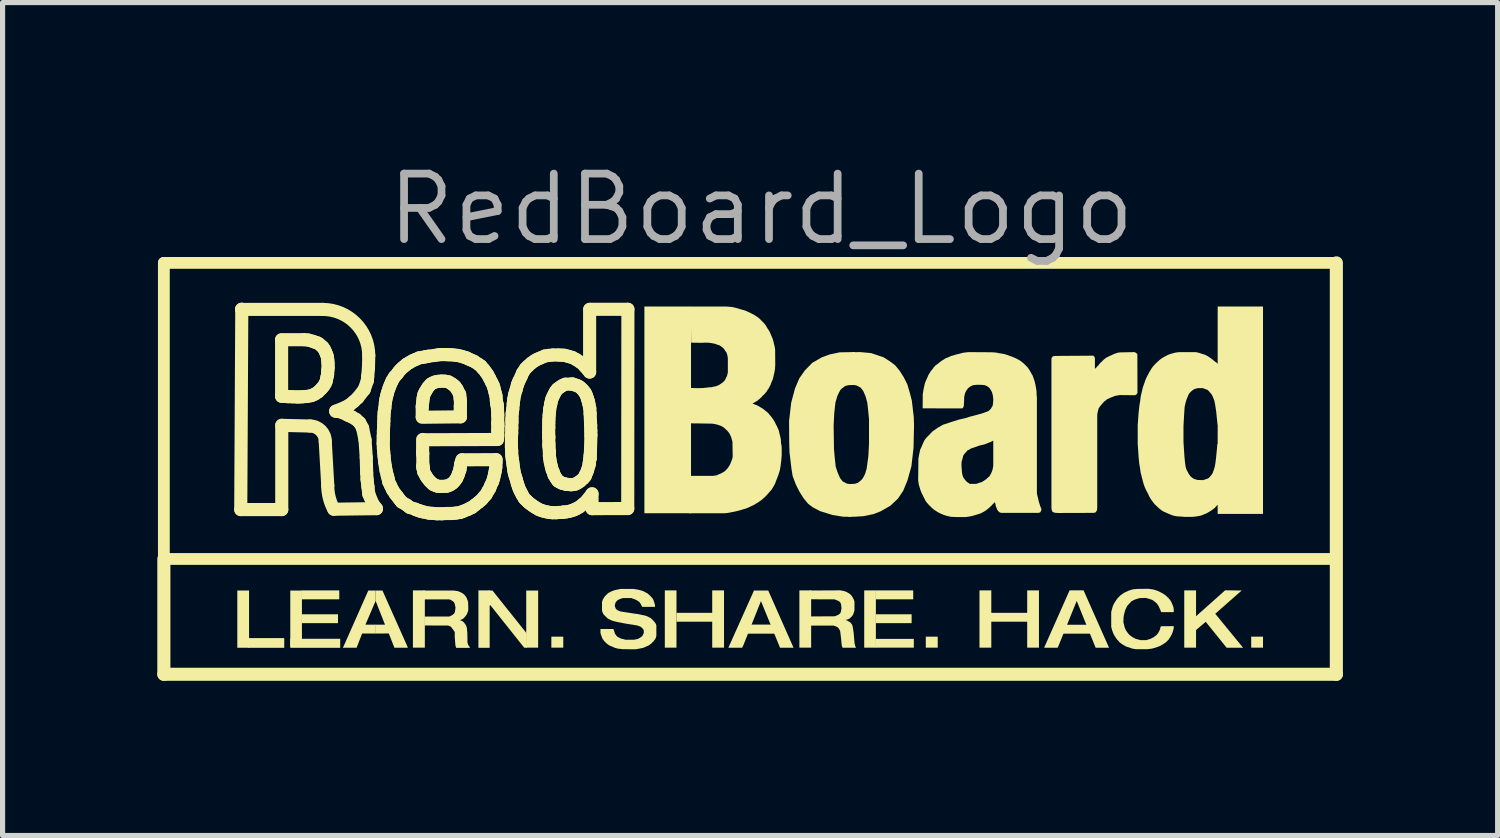
<source format=kicad_pcb>
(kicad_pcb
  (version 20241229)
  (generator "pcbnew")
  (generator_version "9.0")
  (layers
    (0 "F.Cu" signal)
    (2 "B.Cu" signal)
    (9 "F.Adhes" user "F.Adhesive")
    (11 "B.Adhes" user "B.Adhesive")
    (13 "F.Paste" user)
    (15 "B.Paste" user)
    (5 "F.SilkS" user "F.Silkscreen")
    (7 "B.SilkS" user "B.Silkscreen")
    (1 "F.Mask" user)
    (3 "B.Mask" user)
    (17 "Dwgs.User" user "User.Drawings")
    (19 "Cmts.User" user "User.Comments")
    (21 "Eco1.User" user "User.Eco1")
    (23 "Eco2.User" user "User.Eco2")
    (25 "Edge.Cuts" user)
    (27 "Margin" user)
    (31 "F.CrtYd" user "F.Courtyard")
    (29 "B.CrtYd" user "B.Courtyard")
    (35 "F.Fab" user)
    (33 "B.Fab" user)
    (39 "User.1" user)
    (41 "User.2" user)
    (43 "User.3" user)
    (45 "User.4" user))
  (footprint "RedBoard_Logo"
    (layer "F.Cu")
    (at 11.36 6.023)
    (property "Reference" "RedBoard_Logo" (at 0.349 -5.017 0) (layer "F.Fab") (effects (font (size 1.27 1.27) (thickness 0.15))))
    (fp_line (start -11.233 -3.976) (end 11.5 -3.976) (stroke (width 0.229) (type solid)) (layer "F.SilkS"))
    (fp_line (start -11.233 1.765) (end -11.233 -3.976) (stroke (width 0.229) (type solid)) (layer "F.SilkS"))
    (fp_line (start -11.233 1.765) (end 11.475 1.765) (stroke (width 0.229) (type solid)) (layer "F.SilkS"))
    (fp_line (start -11.233 4) (end -11.233 1.765) (stroke (width 0.254) (type solid)) (layer "F.SilkS"))
    (fp_line (start -9.742 0.807) (end -8.947 0.807) (stroke (width 0.254) (type solid)) (layer "F.SilkS"))
    (fp_line (start -9.722 -3.076) (end -9.742 0.807) (stroke (width 0.254) (type solid)) (layer "F.SilkS"))
    (fp_line (start -8.95 -2.477) (end -8.95 -1.39) (stroke (width 0.254) (type solid)) (layer "F.SilkS"))
    (fp_line (start -8.95 -1.39) (end -8.82 -1.382) (stroke (width 0.254) (type solid)) (layer "F.SilkS"))
    (fp_line (start -8.947 -0.826) (end -8.401 -0.813) (stroke (width 0.254) (type solid)) (layer "F.SilkS"))
    (fp_line (start -8.947 0.807) (end -8.947 -0.826) (stroke (width 0.254) (type solid)) (layer "F.SilkS"))
    (fp_line (start -8.82 -1.382) (end -8.739 -1.38) (stroke (width 0.254) (type solid)) (layer "F.SilkS"))
    (fp_line (start -8.739 -1.38) (end -8.655 -1.377) (stroke (width 0.254) (type solid)) (layer "F.SilkS"))
    (fp_line (start -8.655 -1.377) (end -8.609 -1.377) (stroke (width 0.254) (type solid)) (layer "F.SilkS"))
    (fp_line (start -8.609 -1.377) (end -8.543 -1.38) (stroke (width 0.254) (type solid)) (layer "F.SilkS"))
    (fp_line (start -8.543 -1.38) (end -8.452 -1.387) (stroke (width 0.254) (type solid)) (layer "F.SilkS"))
    (fp_line (start -8.513 -2.487) (end -8.952 -2.487) (stroke (width 0.254) (type solid)) (layer "F.SilkS"))
    (fp_line (start -8.452 -1.387) (end -8.37 -1.403) (stroke (width 0.254) (type solid)) (layer "F.SilkS"))
    (fp_line (start -8.434 -2.48) (end -8.513 -2.487) (stroke (width 0.254) (type solid)) (layer "F.SilkS"))
    (fp_line (start -8.37 -1.403) (end -8.307 -1.431) (stroke (width 0.254) (type solid)) (layer "F.SilkS"))
    (fp_line (start -8.35 -2.457) (end -8.434 -2.48) (stroke (width 0.254) (type solid)) (layer "F.SilkS"))
    (fp_line (start -8.309 -2.441) (end -8.35 -2.457) (stroke (width 0.254) (type solid)) (layer "F.SilkS"))
    (fp_line (start -8.307 -1.431) (end -8.241 -1.474) (stroke (width 0.254) (type solid)) (layer "F.SilkS"))
    (fp_line (start -8.254 -2.424) (end -8.309 -2.441) (stroke (width 0.254) (type solid)) (layer "F.SilkS"))
    (fp_line (start -8.241 -1.474) (end -8.175 -1.54) (stroke (width 0.254) (type solid)) (layer "F.SilkS"))
    (fp_line (start -8.215 -2.398) (end -8.254 -2.424) (stroke (width 0.254) (type solid)) (layer "F.SilkS"))
    (fp_line (start -8.175 -2.363) (end -8.215 -2.398) (stroke (width 0.254) (type solid)) (layer "F.SilkS"))
    (fp_line (start -8.175 -1.54) (end -8.137 -1.585) (stroke (width 0.254) (type solid)) (layer "F.SilkS"))
    (fp_line (start -8.155 -3.074) (end -9.724 -3.074) (stroke (width 0.254) (type solid)) (layer "F.SilkS"))
    (fp_line (start -8.149 -2.34) (end -8.175 -2.363) (stroke (width 0.254) (type solid)) (layer "F.SilkS"))
    (fp_line (start -8.137 -1.585) (end -8.106 -1.634) (stroke (width 0.254) (type solid)) (layer "F.SilkS"))
    (fp_line (start -8.121 -2.299) (end -8.149 -2.34) (stroke (width 0.254) (type solid)) (layer "F.SilkS"))
    (fp_line (start -8.106 -1.634) (end -8.086 -1.682) (stroke (width 0.254) (type solid)) (layer "F.SilkS"))
    (fp_line (start -8.104 -0.516) (end -8.055 0.342) (stroke (width 0.254) (type solid)) (layer "F.SilkS"))
    (fp_line (start -8.099 -2.251) (end -8.121 -2.299) (stroke (width 0.254) (type solid)) (layer "F.SilkS"))
    (fp_line (start -8.086 -1.682) (end -8.071 -1.758) (stroke (width 0.254) (type solid)) (layer "F.SilkS"))
    (fp_line (start -8.081 -2.208) (end -8.099 -2.251) (stroke (width 0.254) (type solid)) (layer "F.SilkS"))
    (fp_line (start -8.071 -1.758) (end -8.058 -1.814) (stroke (width 0.254) (type solid)) (layer "F.SilkS"))
    (fp_line (start -8.063 -2.157) (end -8.081 -2.208) (stroke (width 0.254) (type solid)) (layer "F.SilkS"))
    (fp_line (start -8.058 -1.814) (end -8.055 -1.883) (stroke (width 0.254) (type solid)) (layer "F.SilkS"))
    (fp_line (start -8.055 -2.091) (end -8.063 -2.157) (stroke (width 0.254) (type solid)) (layer "F.SilkS"))
    (fp_line (start -8.055 -1.883) (end -8.048 -1.946) (stroke (width 0.254) (type solid)) (layer "F.SilkS"))
    (fp_line (start -8.05 -2.027) (end -8.055 -2.091) (stroke (width 0.254) (type solid)) (layer "F.SilkS"))
    (fp_line (start -8.048 -1.946) (end -8.05 -2.027) (stroke (width 0.254) (type solid)) (layer "F.SilkS"))
    (fp_line (start -7.939 0.8) (end -7.111 0.789) (stroke (width 0.254) (type solid)) (layer "F.SilkS"))
    (fp_line (start -7.901 -1.1) (end -7.707 -1.179) (stroke (width 0.254) (type solid)) (layer "F.SilkS"))
    (fp_line (start -7.85 -1.095) (end -7.901 -1.1) (stroke (width 0.254) (type solid)) (layer "F.SilkS"))
    (fp_line (start -7.784 -1.08) (end -7.85 -1.095) (stroke (width 0.254) (type solid)) (layer "F.SilkS"))
    (fp_line (start -7.707 -1.179) (end -7.634 -1.22) (stroke (width 0.254) (type solid)) (layer "F.SilkS"))
    (fp_line (start -7.662 -1.022) (end -7.784 -1.08) (stroke (width 0.254) (type solid)) (layer "F.SilkS"))
    (fp_line (start -7.634 -1.22) (end -7.55 -1.288) (stroke (width 0.254) (type solid)) (layer "F.SilkS"))
    (fp_line (start -7.591 -0.991) (end -7.662 -1.022) (stroke (width 0.254) (type solid)) (layer "F.SilkS"))
    (fp_line (start -7.55 -1.288) (end -7.474 -1.359) (stroke (width 0.254) (type solid)) (layer "F.SilkS"))
    (fp_line (start -7.509 -0.943) (end -7.591 -0.991) (stroke (width 0.254) (type solid)) (layer "F.SilkS"))
    (fp_line (start -7.474 -1.359) (end -7.349 -1.519) (stroke (width 0.254) (type solid)) (layer "F.SilkS"))
    (fp_line (start -7.436 -0.877) (end -7.509 -0.943) (stroke (width 0.254) (type solid)) (layer "F.SilkS"))
    (fp_line (start -7.38 -0.773) (end -7.436 -0.877) (stroke (width 0.254) (type solid)) (layer "F.SilkS"))
    (fp_line (start -7.349 -1.519) (end -7.288 -1.692) (stroke (width 0.254) (type solid)) (layer "F.SilkS"))
    (fp_line (start -7.332 -0.542) (end -7.38 -0.773) (stroke (width 0.254) (type solid)) (layer "F.SilkS"))
    (fp_line (start -7.309 -0.201) (end -7.332 -0.542) (stroke (width 0.254) (type solid)) (layer "F.SilkS"))
    (fp_line (start -7.301 0.091) (end -7.309 -0.201) (stroke (width 0.254) (type solid)) (layer "F.SilkS"))
    (fp_line (start -7.293 0.223) (end -7.301 0.091) (stroke (width 0.254) (type solid)) (layer "F.SilkS"))
    (fp_line (start -7.288 -1.692) (end -7.281 -1.771) (stroke (width 0.254) (type solid)) (layer "F.SilkS"))
    (fp_line (start -7.281 -1.771) (end -7.266 -1.936) (stroke (width 0.254) (type solid)) (layer "F.SilkS"))
    (fp_line (start -7.276 0.365) (end -7.293 0.223) (stroke (width 0.254) (type solid)) (layer "F.SilkS"))
    (fp_line (start -7.266 -1.936) (end -7.26 -2.18) (stroke (width 0.254) (type solid)) (layer "F.SilkS"))
    (fp_line (start -7.26 0.505) (end -7.276 0.365) (stroke (width 0.254) (type solid)) (layer "F.SilkS"))
    (fp_line (start -7.194 0.665) (end -7.26 0.505) (stroke (width 0.254) (type solid)) (layer "F.SilkS"))
    (fp_line (start -7.111 0.789) (end -7.189 0.685) (stroke (width 0.254) (type solid)) (layer "F.SilkS"))
    (fp_line (start -6.981 -0.475) (end -6.976 -0.379) (stroke (width 0.254) (type solid)) (layer "F.SilkS"))
    (fp_line (start -6.979 -0.615) (end -6.979 -0.547) (stroke (width 0.254) (type solid)) (layer "F.SilkS"))
    (fp_line (start -6.979 -0.547) (end -6.981 -0.475) (stroke (width 0.254) (type solid)) (layer "F.SilkS"))
    (fp_line (start -6.976 -0.717) (end -6.979 -0.615) (stroke (width 0.254) (type solid)) (layer "F.SilkS"))
    (fp_line (start -6.976 -0.379) (end -6.971 -0.308) (stroke (width 0.254) (type solid)) (layer "F.SilkS"))
    (fp_line (start -6.971 -0.829) (end -6.976 -0.717) (stroke (width 0.254) (type solid)) (layer "F.SilkS"))
    (fp_line (start -6.971 -0.308) (end -6.963 -0.229) (stroke (width 0.254) (type solid)) (layer "F.SilkS"))
    (fp_line (start -6.968 -0.912) (end -6.971 -0.829) (stroke (width 0.254) (type solid)) (layer "F.SilkS"))
    (fp_line (start -6.966 -1.001) (end -6.968 -0.912) (stroke (width 0.254) (type solid)) (layer "F.SilkS"))
    (fp_line (start -6.963 -0.229) (end -6.953 -0.12) (stroke (width 0.254) (type solid)) (layer "F.SilkS"))
    (fp_line (start -6.961 -1.08) (end -6.966 -1.001) (stroke (width 0.254) (type solid)) (layer "F.SilkS"))
    (fp_line (start -6.953 -0.12) (end -6.938 -0.031) (stroke (width 0.254) (type solid)) (layer "F.SilkS"))
    (fp_line (start -6.948 -1.166) (end -6.961 -1.08) (stroke (width 0.254) (type solid)) (layer "F.SilkS"))
    (fp_line (start -6.938 -1.265) (end -6.948 -1.166) (stroke (width 0.254) (type solid)) (layer "F.SilkS"))
    (fp_line (start -6.938 -0.031) (end -6.925 0.05) (stroke (width 0.254) (type solid)) (layer "F.SilkS"))
    (fp_line (start -6.928 -1.331) (end -6.938 -1.265) (stroke (width 0.254) (type solid)) (layer "F.SilkS"))
    (fp_line (start -6.925 0.05) (end -6.902 0.144) (stroke (width 0.254) (type solid)) (layer "F.SilkS"))
    (fp_line (start -6.91 -1.408) (end -6.928 -1.331) (stroke (width 0.254) (type solid)) (layer "F.SilkS"))
    (fp_line (start -6.902 0.144) (end -6.887 0.198) (stroke (width 0.254) (type solid)) (layer "F.SilkS"))
    (fp_line (start -6.897 -1.456) (end -6.91 -1.408) (stroke (width 0.254) (type solid)) (layer "F.SilkS"))
    (fp_line (start -6.887 0.198) (end -6.872 0.271) (stroke (width 0.254) (type solid)) (layer "F.SilkS"))
    (fp_line (start -6.872 0.271) (end -6.836 0.345) (stroke (width 0.254) (type solid)) (layer "F.SilkS"))
    (fp_line (start -6.869 -1.542) (end -6.897 -1.456) (stroke (width 0.254) (type solid)) (layer "F.SilkS"))
    (fp_line (start -6.846 -1.603) (end -6.869 -1.542) (stroke (width 0.254) (type solid)) (layer "F.SilkS"))
    (fp_line (start -6.836 0.345) (end -6.798 0.424) (stroke (width 0.254) (type solid)) (layer "F.SilkS"))
    (fp_line (start -6.816 -1.672) (end -6.846 -1.603) (stroke (width 0.254) (type solid)) (layer "F.SilkS"))
    (fp_line (start -6.801 -1.702) (end -6.816 -1.672) (stroke (width 0.254) (type solid)) (layer "F.SilkS"))
    (fp_line (start -6.798 0.424) (end -6.747 0.502) (stroke (width 0.254) (type solid)) (layer "F.SilkS"))
    (fp_line (start -6.76 -1.768) (end -6.801 -1.702) (stroke (width 0.254) (type solid)) (layer "F.SilkS"))
    (fp_line (start -6.747 0.502) (end -6.709 0.548) (stroke (width 0.254) (type solid)) (layer "F.SilkS"))
    (fp_line (start -6.709 -1.824) (end -6.76 -1.768) (stroke (width 0.254) (type solid)) (layer "F.SilkS"))
    (fp_line (start -6.709 0.548) (end -6.664 0.609) (stroke (width 0.254) (type solid)) (layer "F.SilkS"))
    (fp_line (start -6.679 -1.867) (end -6.709 -1.824) (stroke (width 0.254) (type solid)) (layer "F.SilkS"))
    (fp_line (start -6.664 0.609) (end -6.623 0.66) (stroke (width 0.254) (type solid)) (layer "F.SilkS"))
    (fp_line (start -6.643 -1.908) (end -6.679 -1.867) (stroke (width 0.254) (type solid)) (layer "F.SilkS"))
    (fp_line (start -6.623 0.66) (end -6.521 0.721) (stroke (width 0.254) (type solid)) (layer "F.SilkS"))
    (fp_line (start -6.6 -1.949) (end -6.643 -1.908) (stroke (width 0.254) (type solid)) (layer "F.SilkS"))
    (fp_line (start -6.549 -1.989) (end -6.6 -1.949) (stroke (width 0.254) (type solid)) (layer "F.SilkS"))
    (fp_line (start -6.529 -2.01) (end -6.549 -1.989) (stroke (width 0.254) (type solid)) (layer "F.SilkS"))
    (fp_line (start -6.521 0.721) (end -6.468 0.764) (stroke (width 0.254) (type solid)) (layer "F.SilkS"))
    (fp_line (start -6.471 -2.043) (end -6.529 -2.01) (stroke (width 0.254) (type solid)) (layer "F.SilkS"))
    (fp_line (start -6.468 0.764) (end -6.364 0.797) (stroke (width 0.254) (type solid)) (layer "F.SilkS"))
    (fp_line (start -6.412 -2.078) (end -6.471 -2.043) (stroke (width 0.254) (type solid)) (layer "F.SilkS"))
    (fp_line (start -6.364 0.797) (end -6.343 0.81) (stroke (width 0.254) (type solid)) (layer "F.SilkS"))
    (fp_line (start -6.359 -2.101) (end -6.412 -2.078) (stroke (width 0.254) (type solid)) (layer "F.SilkS"))
    (fp_line (start -6.343 0.81) (end -6.316 0.817) (stroke (width 0.254) (type solid)) (layer "F.SilkS"))
    (fp_line (start -6.316 0.817) (end -6.27 0.833) (stroke (width 0.254) (type solid)) (layer "F.SilkS"))
    (fp_line (start -6.285 -2.134) (end -6.359 -2.101) (stroke (width 0.254) (type solid)) (layer "F.SilkS"))
    (fp_line (start -6.27 0.833) (end -6.26 0.838) (stroke (width 0.254) (type solid)) (layer "F.SilkS"))
    (fp_line (start -6.26 0.838) (end -6.204 0.853) (stroke (width 0.254) (type solid)) (layer "F.SilkS"))
    (fp_line (start -6.224 -1.189) (end -6.224 -0.999) (stroke (width 0.254) (type solid)) (layer "F.SilkS"))
    (fp_line (start -6.224 -0.983) (end -5.482 -0.991) (stroke (width 0.254) (type solid)) (layer "F.SilkS"))
    (fp_line (start -6.217 -2.144) (end -6.285 -2.134) (stroke (width 0.254) (type solid)) (layer "F.SilkS"))
    (fp_line (start -6.216 -0.298) (end -6.216 -0.552) (stroke (width 0.254) (type solid)) (layer "F.SilkS"))
    (fp_line (start -6.214 -1.281) (end -6.224 -1.189) (stroke (width 0.254) (type solid)) (layer "F.SilkS"))
    (fp_line (start -6.214 -0.275) (end -6.216 -0.298) (stroke (width 0.254) (type solid)) (layer "F.SilkS"))
    (fp_line (start -6.211 -0.021) (end -6.199 0.027) (stroke (width 0.254) (type solid)) (layer "F.SilkS"))
    (fp_line (start -6.211 -0.056) (end -6.214 -0.275) (stroke (width 0.254) (type solid)) (layer "F.SilkS"))
    (fp_line (start -6.206 -1.352) (end -6.214 -1.281) (stroke (width 0.254) (type solid)) (layer "F.SilkS"))
    (fp_line (start -6.206 0.015) (end -6.211 -0.021) (stroke (width 0.254) (type solid)) (layer "F.SilkS"))
    (fp_line (start -6.204 -0.547) (end -4.766 -0.552) (stroke (width 0.254) (type solid)) (layer "F.SilkS"))
    (fp_line (start -6.204 0.853) (end -6.09 0.876) (stroke (width 0.254) (type solid)) (layer "F.SilkS"))
    (fp_line (start -6.199 0.027) (end -6.211 -0.056) (stroke (width 0.254) (type solid)) (layer "F.SilkS"))
    (fp_line (start -6.196 0.073) (end -6.206 0.015) (stroke (width 0.254) (type solid)) (layer "F.SilkS"))
    (fp_line (start -6.191 -1.423) (end -6.206 -1.352) (stroke (width 0.254) (type solid)) (layer "F.SilkS"))
    (fp_line (start -6.168 -1.471) (end -6.191 -1.423) (stroke (width 0.254) (type solid)) (layer "F.SilkS"))
    (fp_line (start -6.156 0.147) (end -6.196 0.073) (stroke (width 0.254) (type solid)) (layer "F.SilkS"))
    (fp_line (start -6.15 -2.159) (end -6.217 -2.144) (stroke (width 0.254) (type solid)) (layer "F.SilkS"))
    (fp_line (start -6.15 -2.157) (end -6.15 -2.159) (stroke (width 0.254) (type solid)) (layer "F.SilkS"))
    (fp_line (start -6.143 -1.512) (end -6.168 -1.471) (stroke (width 0.254) (type solid)) (layer "F.SilkS"))
    (fp_line (start -6.133 0.185) (end -6.156 0.147) (stroke (width 0.254) (type solid)) (layer "F.SilkS"))
    (fp_line (start -6.112 -1.563) (end -6.143 -1.512) (stroke (width 0.254) (type solid)) (layer "F.SilkS"))
    (fp_line (start -6.1 -2.167) (end -6.15 -2.157) (stroke (width 0.254) (type solid)) (layer "F.SilkS"))
    (fp_line (start -6.09 0.876) (end -6.023 0.881) (stroke (width 0.254) (type solid)) (layer "F.SilkS"))
    (fp_line (start -6.082 0.251) (end -6.133 0.185) (stroke (width 0.254) (type solid)) (layer "F.SilkS"))
    (fp_line (start -6.062 -1.621) (end -6.112 -1.563) (stroke (width 0.254) (type solid)) (layer "F.SilkS"))
    (fp_line (start -6.044 0.289) (end -6.082 0.251) (stroke (width 0.254) (type solid)) (layer "F.SilkS"))
    (fp_line (start -6.026 -1.644) (end -6.062 -1.621) (stroke (width 0.254) (type solid)) (layer "F.SilkS"))
    (fp_line (start -6.023 0.881) (end -5.937 0.888) (stroke (width 0.254) (type solid)) (layer "F.SilkS"))
    (fp_line (start -6.011 0.32) (end -6.044 0.289) (stroke (width 0.254) (type solid)) (layer "F.SilkS"))
    (fp_line (start -5.983 -2.182) (end -6.1 -2.167) (stroke (width 0.254) (type solid)) (layer "F.SilkS"))
    (fp_line (start -5.978 0.332) (end -6.011 0.32) (stroke (width 0.254) (type solid)) (layer "F.SilkS"))
    (fp_line (start -5.973 -1.667) (end -6.026 -1.644) (stroke (width 0.254) (type solid)) (layer "F.SilkS"))
    (fp_line (start -5.957 0.342) (end -5.978 0.332) (stroke (width 0.254) (type solid)) (layer "F.SilkS"))
    (fp_line (start -5.937 0.888) (end -5.841 0.888) (stroke (width 0.254) (type solid)) (layer "F.SilkS"))
    (fp_line (start -5.922 0.355) (end -5.957 0.342) (stroke (width 0.254) (type solid)) (layer "F.SilkS"))
    (fp_line (start -5.914 -1.679) (end -5.973 -1.667) (stroke (width 0.254) (type solid)) (layer "F.SilkS"))
    (fp_line (start -5.904 -2.195) (end -5.983 -2.182) (stroke (width 0.254) (type solid)) (layer "F.SilkS"))
    (fp_line (start -5.856 0.358) (end -5.922 0.355) (stroke (width 0.254) (type solid)) (layer "F.SilkS"))
    (fp_line (start -5.848 -1.685) (end -5.914 -1.679) (stroke (width 0.254) (type solid)) (layer "F.SilkS"))
    (fp_line (start -5.841 -2.198) (end -5.904 -2.195) (stroke (width 0.254) (type solid)) (layer "F.SilkS"))
    (fp_line (start -5.841 0.888) (end -5.754 0.883) (stroke (width 0.254) (type solid)) (layer "F.SilkS"))
    (fp_line (start -5.782 -1.682) (end -5.848 -1.685) (stroke (width 0.254) (type solid)) (layer "F.SilkS"))
    (fp_line (start -5.782 0.355) (end -5.856 0.358) (stroke (width 0.254) (type solid)) (layer "F.SilkS"))
    (fp_line (start -5.777 -2.198) (end -5.841 -2.198) (stroke (width 0.254) (type solid)) (layer "F.SilkS"))
    (fp_line (start -5.754 0.883) (end -5.653 0.883) (stroke (width 0.254) (type solid)) (layer "F.SilkS"))
    (fp_line (start -5.747 0.353) (end -5.782 0.355) (stroke (width 0.254) (type solid)) (layer "F.SilkS"))
    (fp_line (start -5.716 -2.195) (end -5.777 -2.198) (stroke (width 0.254) (type solid)) (layer "F.SilkS"))
    (fp_line (start -5.714 -1.669) (end -5.782 -1.682) (stroke (width 0.254) (type solid)) (layer "F.SilkS"))
    (fp_line (start -5.691 0.332) (end -5.747 0.353) (stroke (width 0.254) (type solid)) (layer "F.SilkS"))
    (fp_line (start -5.675 -2.195) (end -5.716 -2.195) (stroke (width 0.254) (type solid)) (layer "F.SilkS"))
    (fp_line (start -5.66 0.312) (end -5.691 0.332) (stroke (width 0.254) (type solid)) (layer "F.SilkS"))
    (fp_line (start -5.655 -1.634) (end -5.714 -1.669) (stroke (width 0.254) (type solid)) (layer "F.SilkS"))
    (fp_line (start -5.653 0.883) (end -5.576 0.876) (stroke (width 0.254) (type solid)) (layer "F.SilkS"))
    (fp_line (start -5.627 0.289) (end -5.66 0.312) (stroke (width 0.254) (type solid)) (layer "F.SilkS"))
    (fp_line (start -5.62 -1.608) (end -5.655 -1.634) (stroke (width 0.254) (type solid)) (layer "F.SilkS"))
    (fp_line (start -5.612 -2.19) (end -5.675 -2.195) (stroke (width 0.254) (type solid)) (layer "F.SilkS"))
    (fp_line (start -5.589 0.246) (end -5.627 0.289) (stroke (width 0.254) (type solid)) (layer "F.SilkS"))
    (fp_line (start -5.587 -1.58) (end -5.62 -1.608) (stroke (width 0.254) (type solid)) (layer "F.SilkS"))
    (fp_line (start -5.576 0.876) (end -5.49 0.863) (stroke (width 0.254) (type solid)) (layer "F.SilkS"))
    (fp_line (start -5.556 0.2) (end -5.589 0.246) (stroke (width 0.254) (type solid)) (layer "F.SilkS"))
    (fp_line (start -5.551 -1.53) (end -5.587 -1.58) (stroke (width 0.254) (type solid)) (layer "F.SilkS"))
    (fp_line (start -5.543 -2.182) (end -5.612 -2.19) (stroke (width 0.254) (type solid)) (layer "F.SilkS"))
    (fp_line (start -5.531 0.142) (end -5.556 0.2) (stroke (width 0.254) (type solid)) (layer "F.SilkS"))
    (fp_line (start -5.521 0.111) (end -5.531 0.142) (stroke (width 0.254) (type solid)) (layer "F.SilkS"))
    (fp_line (start -5.498 -1.428) (end -5.551 -1.53) (stroke (width 0.254) (type solid)) (layer "F.SilkS"))
    (fp_line (start -5.495 0.045) (end -5.521 0.111) (stroke (width 0.254) (type solid)) (layer "F.SilkS"))
    (fp_line (start -5.49 0.007) (end -5.495 0.045) (stroke (width 0.254) (type solid)) (layer "F.SilkS"))
    (fp_line (start -5.49 0.863) (end -5.429 0.84) (stroke (width 0.254) (type solid)) (layer "F.SilkS"))
    (fp_line (start -5.488 -1.344) (end -5.498 -1.428) (stroke (width 0.254) (type solid)) (layer "F.SilkS"))
    (fp_line (start -5.485 -1.197) (end -5.482 -1.273) (stroke (width 0.254) (type solid)) (layer "F.SilkS"))
    (fp_line (start -5.485 -1.123) (end -5.485 -1.197) (stroke (width 0.254) (type solid)) (layer "F.SilkS"))
    (fp_line (start -5.482 -1.273) (end -5.488 -1.344) (stroke (width 0.254) (type solid)) (layer "F.SilkS"))
    (fp_line (start -5.482 -0.991) (end -5.485 -1.123) (stroke (width 0.254) (type solid)) (layer "F.SilkS"))
    (fp_line (start -5.48 -0.056) (end -5.49 0.007) (stroke (width 0.254) (type solid)) (layer "F.SilkS"))
    (fp_line (start -5.47 -0.102) (end -5.48 -0.056) (stroke (width 0.254) (type solid)) (layer "F.SilkS"))
    (fp_line (start -5.467 -2.165) (end -5.543 -2.182) (stroke (width 0.254) (type solid)) (layer "F.SilkS"))
    (fp_line (start -5.452 -0.158) (end -5.47 -0.102) (stroke (width 0.254) (type solid)) (layer "F.SilkS"))
    (fp_line (start -5.429 0.84) (end -5.34 0.805) (stroke (width 0.254) (type solid)) (layer "F.SilkS"))
    (fp_line (start -5.409 -2.147) (end -5.467 -2.165) (stroke (width 0.254) (type solid)) (layer "F.SilkS"))
    (fp_line (start -5.363 -2.134) (end -5.409 -2.147) (stroke (width 0.254) (type solid)) (layer "F.SilkS"))
    (fp_line (start -5.34 0.805) (end -5.292 0.779) (stroke (width 0.254) (type solid)) (layer "F.SilkS"))
    (fp_line (start -5.333 -2.116) (end -5.363 -2.134) (stroke (width 0.254) (type solid)) (layer "F.SilkS"))
    (fp_line (start -5.292 0.779) (end -5.261 0.767) (stroke (width 0.254) (type solid)) (layer "F.SilkS"))
    (fp_line (start -5.279 -2.093) (end -5.333 -2.116) (stroke (width 0.254) (type solid)) (layer "F.SilkS"))
    (fp_line (start -5.261 0.767) (end -5.203 0.721) (stroke (width 0.254) (type solid)) (layer "F.SilkS"))
    (fp_line (start -5.221 -2.068) (end -5.279 -2.093) (stroke (width 0.254) (type solid)) (layer "F.SilkS"))
    (fp_line (start -5.203 0.721) (end -5.127 0.662) (stroke (width 0.254) (type solid)) (layer "F.SilkS"))
    (fp_line (start -5.132 -2.01) (end -5.221 -2.068) (stroke (width 0.254) (type solid)) (layer "F.SilkS"))
    (fp_line (start -5.127 0.662) (end -5.071 0.614) (stroke (width 0.254) (type solid)) (layer "F.SilkS"))
    (fp_line (start -5.094 -1.982) (end -5.132 -2.01) (stroke (width 0.254) (type solid)) (layer "F.SilkS"))
    (fp_line (start -5.084 -1.974) (end -5.094 -1.982) (stroke (width 0.254) (type solid)) (layer "F.SilkS"))
    (fp_line (start -5.071 0.614) (end -5.023 0.556) (stroke (width 0.254) (type solid)) (layer "F.SilkS"))
    (fp_line (start -5.056 -1.936) (end -5.084 -1.974) (stroke (width 0.254) (type solid)) (layer "F.SilkS"))
    (fp_line (start -5.03 -1.913) (end -5.056 -1.936) (stroke (width 0.254) (type solid)) (layer "F.SilkS"))
    (fp_line (start -5.023 0.556) (end -4.987 0.518) (stroke (width 0.254) (type solid)) (layer "F.SilkS"))
    (fp_line (start -4.992 -1.86) (end -5.03 -1.913) (stroke (width 0.254) (type solid)) (layer "F.SilkS"))
    (fp_line (start -4.987 0.518) (end -4.947 0.444) (stroke (width 0.254) (type solid)) (layer "F.SilkS"))
    (fp_line (start -4.957 -1.812) (end -4.992 -1.86) (stroke (width 0.254) (type solid)) (layer "F.SilkS"))
    (fp_line (start -4.947 0.444) (end -4.916 0.396) (stroke (width 0.254) (type solid)) (layer "F.SilkS"))
    (fp_line (start -4.921 -1.745) (end -4.957 -1.812) (stroke (width 0.254) (type solid)) (layer "F.SilkS"))
    (fp_line (start -4.916 0.396) (end -4.896 0.34) (stroke (width 0.254) (type solid)) (layer "F.SilkS"))
    (fp_line (start -4.896 0.34) (end -4.86 0.266) (stroke (width 0.254) (type solid)) (layer "F.SilkS"))
    (fp_line (start -4.88 -1.664) (end -4.921 -1.745) (stroke (width 0.254) (type solid)) (layer "F.SilkS"))
    (fp_line (start -4.86 0.266) (end -4.84 0.2) (stroke (width 0.254) (type solid)) (layer "F.SilkS"))
    (fp_line (start -4.847 -1.598) (end -4.88 -1.664) (stroke (width 0.254) (type solid)) (layer "F.SilkS"))
    (fp_line (start -4.84 0.2) (end -4.822 0.124) (stroke (width 0.254) (type solid)) (layer "F.SilkS"))
    (fp_line (start -4.832 -1.547) (end -4.847 -1.598) (stroke (width 0.254) (type solid)) (layer "F.SilkS"))
    (fp_line (start -4.822 0.124) (end -4.809 0.063) (stroke (width 0.254) (type solid)) (layer "F.SilkS"))
    (fp_line (start -4.812 -1.464) (end -4.832 -1.547) (stroke (width 0.254) (type solid)) (layer "F.SilkS"))
    (fp_line (start -4.809 0.063) (end -4.797 -0.013) (stroke (width 0.254) (type solid)) (layer "F.SilkS"))
    (fp_line (start -4.797 -0.013) (end -4.794 -0.102) (stroke (width 0.254) (type solid)) (layer "F.SilkS"))
    (fp_line (start -4.794 -1.397) (end -4.812 -1.464) (stroke (width 0.254) (type solid)) (layer "F.SilkS"))
    (fp_line (start -4.794 -0.102) (end -4.792 -0.161) (stroke (width 0.254) (type solid)) (layer "F.SilkS"))
    (fp_line (start -4.792 -0.161) (end -5.452 -0.158) (stroke (width 0.254) (type solid)) (layer "F.SilkS"))
    (fp_line (start -4.786 -1.304) (end -4.794 -1.397) (stroke (width 0.254) (type solid)) (layer "F.SilkS"))
    (fp_line (start -4.776 -1.232) (end -4.771 -1.23) (stroke (width 0.254) (type solid)) (layer "F.SilkS"))
    (fp_line (start -4.771 -1.23) (end -4.786 -1.304) (stroke (width 0.254) (type solid)) (layer "F.SilkS"))
    (fp_line (start -4.766 -0.552) (end -4.759 -0.633) (stroke (width 0.254) (type solid)) (layer "F.SilkS"))
    (fp_line (start -4.766 -1.177) (end -4.776 -1.232) (stroke (width 0.254) (type solid)) (layer "F.SilkS"))
    (fp_line (start -4.759 -1.027) (end -4.766 -1.177) (stroke (width 0.254) (type solid)) (layer "F.SilkS"))
    (fp_line (start -4.759 -0.874) (end -4.759 -1.027) (stroke (width 0.254) (type solid)) (layer "F.SilkS"))
    (fp_line (start -4.759 -0.732) (end -4.756 -0.818) (stroke (width 0.254) (type solid)) (layer "F.SilkS"))
    (fp_line (start -4.759 -0.633) (end -4.759 -0.732) (stroke (width 0.254) (type solid)) (layer "F.SilkS"))
    (fp_line (start -4.756 -0.818) (end -4.759 -0.874) (stroke (width 0.254) (type solid)) (layer "F.SilkS"))
    (fp_line (start -4.494 -0.585) (end -4.489 -0.674) (stroke (width 0.254) (type solid)) (layer "F.SilkS"))
    (fp_line (start -4.494 -0.412) (end -4.494 -0.585) (stroke (width 0.254) (type solid)) (layer "F.SilkS"))
    (fp_line (start -4.489 -0.674) (end -4.487 -0.775) (stroke (width 0.254) (type solid)) (layer "F.SilkS"))
    (fp_line (start -4.489 -0.326) (end -4.494 -0.412) (stroke (width 0.254) (type solid)) (layer "F.SilkS"))
    (fp_line (start -4.487 -0.775) (end -4.484 -0.889) (stroke (width 0.254) (type solid)) (layer "F.SilkS"))
    (fp_line (start -4.487 -0.242) (end -4.489 -0.326) (stroke (width 0.254) (type solid)) (layer "F.SilkS"))
    (fp_line (start -4.484 -0.956) (end -4.479 -1.062) (stroke (width 0.254) (type solid)) (layer "F.SilkS"))
    (fp_line (start -4.484 -0.889) (end -4.484 -0.956) (stroke (width 0.254) (type solid)) (layer "F.SilkS"))
    (fp_line (start -4.479 -1.062) (end -4.469 -1.136) (stroke (width 0.254) (type solid)) (layer "F.SilkS"))
    (fp_line (start -4.477 -0.168) (end -4.487 -0.242) (stroke (width 0.254) (type solid)) (layer "F.SilkS"))
    (fp_line (start -4.469 -1.136) (end -4.459 -1.243) (stroke (width 0.254) (type solid)) (layer "F.SilkS"))
    (fp_line (start -4.469 -0.117) (end -4.477 -0.168) (stroke (width 0.254) (type solid)) (layer "F.SilkS"))
    (fp_line (start -4.461 -0.051) (end -4.469 -0.117) (stroke (width 0.254) (type solid)) (layer "F.SilkS"))
    (fp_line (start -4.459 -1.243) (end -4.449 -1.331) (stroke (width 0.254) (type solid)) (layer "F.SilkS"))
    (fp_line (start -4.449 0.035) (end -4.461 -0.051) (stroke (width 0.254) (type solid)) (layer "F.SilkS"))
    (fp_line (start -4.449 -1.331) (end -4.433 -1.42) (stroke (width 0.254) (type solid)) (layer "F.SilkS"))
    (fp_line (start -4.439 0.093) (end -4.449 0.035) (stroke (width 0.254) (type solid)) (layer "F.SilkS"))
    (fp_line (start -4.433 -1.42) (end -4.403 -1.517) (stroke (width 0.254) (type solid)) (layer "F.SilkS"))
    (fp_line (start -4.421 0.157) (end -4.439 0.093) (stroke (width 0.254) (type solid)) (layer "F.SilkS"))
    (fp_line (start -4.403 -1.517) (end -4.378 -1.613) (stroke (width 0.254) (type solid)) (layer "F.SilkS"))
    (fp_line (start -4.398 0.228) (end -4.421 0.157) (stroke (width 0.254) (type solid)) (layer "F.SilkS"))
    (fp_line (start -4.38 0.297) (end -4.398 0.228) (stroke (width 0.254) (type solid)) (layer "F.SilkS"))
    (fp_line (start -4.378 -1.613) (end -4.35 -1.682) (stroke (width 0.254) (type solid)) (layer "F.SilkS"))
    (fp_line (start -4.36 0.358) (end -4.38 0.297) (stroke (width 0.254) (type solid)) (layer "F.SilkS"))
    (fp_line (start -4.35 -1.682) (end -4.306 -1.773) (stroke (width 0.254) (type solid)) (layer "F.SilkS"))
    (fp_line (start -4.342 0.408) (end -4.36 0.358) (stroke (width 0.254) (type solid)) (layer "F.SilkS"))
    (fp_line (start -4.311 0.469) (end -4.342 0.408) (stroke (width 0.254) (type solid)) (layer "F.SilkS"))
    (fp_line (start -4.306 -1.773) (end -4.276 -1.845) (stroke (width 0.254) (type solid)) (layer "F.SilkS"))
    (fp_line (start -4.286 0.52) (end -4.311 0.469) (stroke (width 0.254) (type solid)) (layer "F.SilkS"))
    (fp_line (start -4.276 -1.845) (end -4.218 -1.931) (stroke (width 0.254) (type solid)) (layer "F.SilkS"))
    (fp_line (start -4.243 0.591) (end -4.286 0.52) (stroke (width 0.254) (type solid)) (layer "F.SilkS"))
    (fp_line (start -4.218 -1.931) (end -4.174 -1.974) (stroke (width 0.254) (type solid)) (layer "F.SilkS"))
    (fp_line (start -4.207 0.627) (end -4.243 0.591) (stroke (width 0.254) (type solid)) (layer "F.SilkS"))
    (fp_line (start -4.177 0.655) (end -4.207 0.627) (stroke (width 0.254) (type solid)) (layer "F.SilkS"))
    (fp_line (start -4.174 -1.974) (end -4.108 -2.033) (stroke (width 0.254) (type solid)) (layer "F.SilkS"))
    (fp_line (start -4.144 0.685) (end -4.177 0.655) (stroke (width 0.254) (type solid)) (layer "F.SilkS"))
    (fp_line (start -4.108 -2.033) (end -4.045 -2.078) (stroke (width 0.254) (type solid)) (layer "F.SilkS"))
    (fp_line (start -4.101 0.716) (end -4.144 0.685) (stroke (width 0.254) (type solid)) (layer "F.SilkS"))
    (fp_line (start -4.06 0.746) (end -4.101 0.716) (stroke (width 0.254) (type solid)) (layer "F.SilkS"))
    (fp_line (start -4.045 -2.078) (end -3.989 -2.109) (stroke (width 0.254) (type solid)) (layer "F.SilkS"))
    (fp_line (start -4.014 0.774) (end -4.06 0.746) (stroke (width 0.254) (type solid)) (layer "F.SilkS"))
    (fp_line (start -3.989 -2.109) (end -3.933 -2.132) (stroke (width 0.254) (type solid)) (layer "F.SilkS"))
    (fp_line (start -3.964 0.805) (end -4.014 0.774) (stroke (width 0.254) (type solid)) (layer "F.SilkS"))
    (fp_line (start -3.933 -2.132) (end -3.847 -2.17) (stroke (width 0.254) (type solid)) (layer "F.SilkS"))
    (fp_line (start -3.925 0.82) (end -3.964 0.805) (stroke (width 0.254) (type solid)) (layer "F.SilkS"))
    (fp_line (start -3.87 0.838) (end -3.925 0.82) (stroke (width 0.254) (type solid)) (layer "F.SilkS"))
    (fp_line (start -3.847 -2.17) (end -3.773 -2.182) (stroke (width 0.254) (type solid)) (layer "F.SilkS"))
    (fp_line (start -3.804 0.853) (end -3.87 0.838) (stroke (width 0.254) (type solid)) (layer "F.SilkS"))
    (fp_line (start -3.773 -2.182) (end -3.689 -2.19) (stroke (width 0.254) (type solid)) (layer "F.SilkS"))
    (fp_line (start -3.773 -0.691) (end -3.77 -0.615) (stroke (width 0.254) (type solid)) (layer "F.SilkS"))
    (fp_line (start -3.77 -0.79) (end -3.773 -0.691) (stroke (width 0.254) (type solid)) (layer "F.SilkS"))
    (fp_line (start -3.77 -0.869) (end -3.77 -0.79) (stroke (width 0.254) (type solid)) (layer "F.SilkS"))
    (fp_line (start -3.77 -0.58) (end -3.768 -0.473) (stroke (width 0.254) (type solid)) (layer "F.SilkS"))
    (fp_line (start -3.77 -0.615) (end -3.77 -0.58) (stroke (width 0.254) (type solid)) (layer "F.SilkS"))
    (fp_line (start -3.768 -0.938) (end -3.77 -0.869) (stroke (width 0.254) (type solid)) (layer "F.SilkS"))
    (fp_line (start -3.768 -0.42) (end -3.758 -0.321) (stroke (width 0.254) (type solid)) (layer "F.SilkS"))
    (fp_line (start -3.768 -0.473) (end -3.768 -0.42) (stroke (width 0.254) (type solid)) (layer "F.SilkS"))
    (fp_line (start -3.763 -1.022) (end -3.768 -0.938) (stroke (width 0.254) (type solid)) (layer "F.SilkS"))
    (fp_line (start -3.758 -0.321) (end -3.758 -0.237) (stroke (width 0.254) (type solid)) (layer "F.SilkS"))
    (fp_line (start -3.758 -0.237) (end -3.75 -0.178) (stroke (width 0.254) (type solid)) (layer "F.SilkS"))
    (fp_line (start -3.755 -1.103) (end -3.763 -1.022) (stroke (width 0.254) (type solid)) (layer "F.SilkS"))
    (fp_line (start -3.753 -1.138) (end -3.755 -1.103) (stroke (width 0.254) (type solid)) (layer "F.SilkS"))
    (fp_line (start -3.75 -0.178) (end -3.74 -0.112) (stroke (width 0.254) (type solid)) (layer "F.SilkS"))
    (fp_line (start -3.748 0.863) (end -3.804 0.853) (stroke (width 0.254) (type solid)) (layer "F.SilkS"))
    (fp_line (start -3.74 -0.112) (end -3.722 -0.036) (stroke (width 0.254) (type solid)) (layer "F.SilkS"))
    (fp_line (start -3.735 -1.227) (end -3.753 -1.138) (stroke (width 0.254) (type solid)) (layer "F.SilkS"))
    (fp_line (start -3.727 -1.265) (end -3.735 -1.227) (stroke (width 0.254) (type solid)) (layer "F.SilkS"))
    (fp_line (start -3.722 -0.036) (end -3.704 0.038) (stroke (width 0.254) (type solid)) (layer "F.SilkS"))
    (fp_line (start -3.715 -1.324) (end -3.727 -1.265) (stroke (width 0.254) (type solid)) (layer "F.SilkS"))
    (fp_line (start -3.704 0.038) (end -3.684 0.078) (stroke (width 0.254) (type solid)) (layer "F.SilkS"))
    (fp_line (start -3.699 0.868) (end -3.748 0.863) (stroke (width 0.254) (type solid)) (layer "F.SilkS"))
    (fp_line (start -3.692 -1.377) (end -3.715 -1.324) (stroke (width 0.254) (type solid)) (layer "F.SilkS"))
    (fp_line (start -3.689 -2.19) (end -3.59 -2.19) (stroke (width 0.254) (type solid)) (layer "F.SilkS"))
    (fp_line (start -3.684 0.078) (end -3.669 0.132) (stroke (width 0.254) (type solid)) (layer "F.SilkS"))
    (fp_line (start -3.669 0.132) (end -3.654 0.157) (stroke (width 0.254) (type solid)) (layer "F.SilkS"))
    (fp_line (start -3.666 -1.431) (end -3.692 -1.377) (stroke (width 0.254) (type solid)) (layer "F.SilkS"))
    (fp_line (start -3.654 0.157) (end -3.633 0.19) (stroke (width 0.254) (type solid)) (layer "F.SilkS"))
    (fp_line (start -3.638 -1.484) (end -3.666 -1.431) (stroke (width 0.254) (type solid)) (layer "F.SilkS"))
    (fp_line (start -3.633 0.19) (end -3.613 0.223) (stroke (width 0.254) (type solid)) (layer "F.SilkS"))
    (fp_line (start -3.628 0.868) (end -3.699 0.868) (stroke (width 0.254) (type solid)) (layer "F.SilkS"))
    (fp_line (start -3.613 0.223) (end -3.59 0.254) (stroke (width 0.254) (type solid)) (layer "F.SilkS"))
    (fp_line (start -3.603 -1.53) (end -3.638 -1.484) (stroke (width 0.254) (type solid)) (layer "F.SilkS"))
    (fp_line (start -3.59 -2.19) (end -3.529 -2.187) (stroke (width 0.254) (type solid)) (layer "F.SilkS"))
    (fp_line (start -3.59 0.254) (end -3.57 0.264) (stroke (width 0.254) (type solid)) (layer "F.SilkS"))
    (fp_line (start -3.572 0.863) (end -3.628 0.868) (stroke (width 0.254) (type solid)) (layer "F.SilkS"))
    (fp_line (start -3.57 0.264) (end -3.542 0.281) (stroke (width 0.254) (type solid)) (layer "F.SilkS"))
    (fp_line (start -3.555 -1.565) (end -3.603 -1.53) (stroke (width 0.254) (type solid)) (layer "F.SilkS"))
    (fp_line (start -3.542 0.281) (end -3.504 0.299) (stroke (width 0.254) (type solid)) (layer "F.SilkS"))
    (fp_line (start -3.529 -2.187) (end -3.473 -2.185) (stroke (width 0.254) (type solid)) (layer "F.SilkS"))
    (fp_line (start -3.509 -1.596) (end -3.555 -1.565) (stroke (width 0.254) (type solid)) (layer "F.SilkS"))
    (fp_line (start -3.509 0.861) (end -3.572 0.863) (stroke (width 0.254) (type solid)) (layer "F.SilkS"))
    (fp_line (start -3.504 0.299) (end -3.468 0.307) (stroke (width 0.254) (type solid)) (layer "F.SilkS"))
    (fp_line (start -3.486 0.855) (end -3.509 0.861) (stroke (width 0.254) (type solid)) (layer "F.SilkS"))
    (fp_line (start -3.473 -2.185) (end -3.412 -2.17) (stroke (width 0.254) (type solid)) (layer "F.SilkS"))
    (fp_line (start -3.468 0.307) (end -3.43 0.317) (stroke (width 0.254) (type solid)) (layer "F.SilkS"))
    (fp_line (start -3.45 -1.624) (end -3.509 -1.596) (stroke (width 0.254) (type solid)) (layer "F.SilkS"))
    (fp_line (start -3.438 0.853) (end -3.486 0.855) (stroke (width 0.254) (type solid)) (layer "F.SilkS"))
    (fp_line (start -3.43 0.317) (end -3.397 0.32) (stroke (width 0.254) (type solid)) (layer "F.SilkS"))
    (fp_line (start -3.412 -2.17) (end -3.369 -2.157) (stroke (width 0.254) (type solid)) (layer "F.SilkS"))
    (fp_line (start -3.397 0.32) (end -3.339 0.325) (stroke (width 0.254) (type solid)) (layer "F.SilkS"))
    (fp_line (start -3.369 -2.157) (end -3.313 -2.142) (stroke (width 0.254) (type solid)) (layer "F.SilkS"))
    (fp_line (start -3.369 0.84) (end -3.438 0.853) (stroke (width 0.254) (type solid)) (layer "F.SilkS"))
    (fp_line (start -3.351 -1.626) (end -3.45 -1.624) (stroke (width 0.254) (type solid)) (layer "F.SilkS"))
    (fp_line (start -3.339 0.325) (end -3.303 0.322) (stroke (width 0.254) (type solid)) (layer "F.SilkS"))
    (fp_line (start -3.313 -2.142) (end -3.237 -2.101) (stroke (width 0.254) (type solid)) (layer "F.SilkS"))
    (fp_line (start -3.311 -1.629) (end -3.339 -1.626) (stroke (width 0.254) (type solid)) (layer "F.SilkS"))
    (fp_line (start -3.303 0.322) (end -3.252 0.312) (stroke (width 0.254) (type solid)) (layer "F.SilkS"))
    (fp_line (start -3.303 0.82) (end -3.369 0.84) (stroke (width 0.254) (type solid)) (layer "F.SilkS"))
    (fp_line (start -3.27 -1.611) (end -3.311 -1.629) (stroke (width 0.254) (type solid)) (layer "F.SilkS"))
    (fp_line (start -3.265 0.805) (end -3.303 0.82) (stroke (width 0.254) (type solid)) (layer "F.SilkS"))
    (fp_line (start -3.252 0.312) (end -3.209 0.289) (stroke (width 0.254) (type solid)) (layer "F.SilkS"))
    (fp_line (start -3.237 -2.101) (end -3.158 -2.05) (stroke (width 0.254) (type solid)) (layer "F.SilkS"))
    (fp_line (start -3.235 -1.603) (end -3.27 -1.611) (stroke (width 0.254) (type solid)) (layer "F.SilkS"))
    (fp_line (start -3.229 0.787) (end -3.265 0.805) (stroke (width 0.254) (type solid)) (layer "F.SilkS"))
    (fp_line (start -3.209 0.289) (end -3.163 0.259) (stroke (width 0.254) (type solid)) (layer "F.SilkS"))
    (fp_line (start -3.199 -1.588) (end -3.235 -1.603) (stroke (width 0.254) (type solid)) (layer "F.SilkS"))
    (fp_line (start -3.174 0.756) (end -3.229 0.787) (stroke (width 0.254) (type solid)) (layer "F.SilkS"))
    (fp_line (start -3.171 -1.57) (end -3.199 -1.588) (stroke (width 0.254) (type solid)) (layer "F.SilkS"))
    (fp_line (start -3.163 0.259) (end -3.102 0.205) (stroke (width 0.254) (type solid)) (layer "F.SilkS"))
    (fp_line (start -3.158 -2.05) (end -3.102 -2.01) (stroke (width 0.254) (type solid)) (layer "F.SilkS"))
    (fp_line (start -3.141 -1.545) (end -3.171 -1.57) (stroke (width 0.254) (type solid)) (layer "F.SilkS"))
    (fp_line (start -3.11 -1.514) (end -3.141 -1.545) (stroke (width 0.254) (type solid)) (layer "F.SilkS"))
    (fp_line (start -3.108 0.703) (end -3.174 0.756) (stroke (width 0.254) (type solid)) (layer "F.SilkS"))
    (fp_line (start -3.102 -2.01) (end -3.075 -1.974) (stroke (width 0.254) (type solid)) (layer "F.SilkS"))
    (fp_line (start -3.102 0.205) (end -3.064 0.16) (stroke (width 0.254) (type solid)) (layer "F.SilkS"))
    (fp_line (start -3.08 -1.474) (end -3.11 -1.514) (stroke (width 0.254) (type solid)) (layer "F.SilkS"))
    (fp_line (start -3.075 -1.974) (end -3.031 -1.926) (stroke (width 0.254) (type solid)) (layer "F.SilkS"))
    (fp_line (start -3.064 0.16) (end -3.059 0.134) (stroke (width 0.254) (type solid)) (layer "F.SilkS"))
    (fp_line (start -3.064 -1.456) (end -3.08 -1.474) (stroke (width 0.254) (type solid)) (layer "F.SilkS"))
    (fp_line (start -3.064 0.668) (end -3.108 0.703) (stroke (width 0.254) (type solid)) (layer "F.SilkS"))
    (fp_line (start -3.059 0.134) (end -3.034 0.086) (stroke (width 0.254) (type solid)) (layer "F.SilkS"))
    (fp_line (start -3.044 -1.413) (end -3.064 -1.456) (stroke (width 0.254) (type solid)) (layer "F.SilkS"))
    (fp_line (start -3.034 0.086) (end -3.016 0.035) (stroke (width 0.254) (type solid)) (layer "F.SilkS"))
    (fp_line (start -3.031 -1.926) (end -2.978 -1.86) (stroke (width 0.254) (type solid)) (layer "F.SilkS"))
    (fp_line (start -3.024 -1.357) (end -3.044 -1.413) (stroke (width 0.254) (type solid)) (layer "F.SilkS"))
    (fp_line (start -3.016 0.035) (end -2.988 -0.059) (stroke (width 0.254) (type solid)) (layer "F.SilkS"))
    (fp_line (start -3.008 -1.304) (end -3.024 -1.357) (stroke (width 0.254) (type solid)) (layer "F.SilkS"))
    (fp_line (start -3.001 -1.286) (end -3.008 -1.304) (stroke (width 0.254) (type solid)) (layer "F.SilkS"))
    (fp_line (start -2.998 0.591) (end -3.064 0.668) (stroke (width 0.254) (type solid)) (layer "F.SilkS"))
    (fp_line (start -2.993 -1.245) (end -3.001 -1.286) (stroke (width 0.254) (type solid)) (layer "F.SilkS"))
    (fp_line (start -2.988 -0.059) (end -2.986 -0.097) (stroke (width 0.254) (type solid)) (layer "F.SilkS"))
    (fp_line (start -2.986 -0.097) (end -2.981 -0.105) (stroke (width 0.254) (type solid)) (layer "F.SilkS"))
    (fp_line (start -2.981 -0.105) (end -2.978 -0.153) (stroke (width 0.254) (type solid)) (layer "F.SilkS"))
    (fp_line (start -2.978 -1.86) (end -2.978 -3.074) (stroke (width 0.254) (type solid)) (layer "F.SilkS"))
    (fp_line (start -2.978 -0.153) (end -2.965 -0.191) (stroke (width 0.254) (type solid)) (layer "F.SilkS"))
    (fp_line (start -2.975 -1.156) (end -2.993 -1.245) (stroke (width 0.254) (type solid)) (layer "F.SilkS"))
    (fp_line (start -2.973 -3.076) (end -2.236 -3.076) (stroke (width 0.254) (type solid)) (layer "F.SilkS"))
    (fp_line (start -2.97 -0.232) (end -2.963 -0.282) (stroke (width 0.254) (type solid)) (layer "F.SilkS"))
    (fp_line (start -2.968 -1.052) (end -2.975 -1.156) (stroke (width 0.254) (type solid)) (layer "F.SilkS"))
    (fp_line (start -2.965 -0.191) (end -2.97 -0.232) (stroke (width 0.254) (type solid)) (layer "F.SilkS"))
    (fp_line (start -2.963 -0.282) (end -2.953 -0.635) (stroke (width 0.254) (type solid)) (layer "F.SilkS"))
    (fp_line (start -2.958 -0.826) (end -2.968 -1.052) (stroke (width 0.254) (type solid)) (layer "F.SilkS"))
    (fp_line (start -2.955 -0.722) (end -2.958 -0.826) (stroke (width 0.254) (type solid)) (layer "F.SilkS"))
    (fp_line (start -2.953 -0.635) (end -2.955 -0.722) (stroke (width 0.254) (type solid)) (layer "F.SilkS"))
    (fp_line (start -2.932 0.502) (end -2.998 0.591) (stroke (width 0.254) (type solid)) (layer "F.SilkS"))
    (fp_line (start -2.93 0.789) (end -2.932 0.502) (stroke (width 0.254) (type solid)) (layer "F.SilkS"))
    (fp_line (start -2.239 0.787) (end -2.93 0.789) (stroke (width 0.254) (type solid)) (layer "F.SilkS"))
    (fp_line (start -2.236 -3.076) (end -2.239 0.787) (stroke (width 0.254) (type solid)) (layer "F.SilkS"))
    (fp_line (start 11.5 -3.976) (end 11.5 4) (stroke (width 0.254) (type solid)) (layer "F.SilkS"))
    (fp_line (start 11.5 4) (end -11.233 4) (stroke (width 0.254) (type solid)) (layer "F.SilkS"))
    (fp_arc (start -9.724241 -3.0739) (mid -9.725996 -3.07466) (end -9.726781 -3.07644) (stroke (width 0.254) (type solid)) (layer "F.SilkS"))
    (fp_arc (start -8.4009 -0.8133) (mid -8.190755 -0.72626) (end -8.103723 -0.516121) (stroke (width 0.254) (type solid)) (layer "F.SilkS"))
    (fp_arc (start -8.154519 -3.073901) (mid -7.522309 -2.812031) (end -7.260441 -2.179821) (stroke (width 0.254) (type solid)) (layer "F.SilkS"))
    (fp_arc (start -7.938622 0.799604) (mid -8.025789 0.578351) (end -8.055463 0.342404) (stroke (width 0.254) (type solid)) (layer "F.SilkS"))
    (fp_poly (pts (xy -9.597 3.487) (xy -8.899 3.487) (xy -8.899 3.299) (xy -9.597 3.299)) (stroke (width 0) (type default)) (fill yes) (layer "F.SilkS"))
    (fp_poly (pts (xy -9.581 3.486) (xy -9.809 3.486) (xy -9.809 2.376) (xy -9.581 2.376)) (stroke (width 0) (type default)) (fill yes) (layer "F.SilkS"))
    (fp_poly (pts (xy -8.782 3.462) (xy -8.556 3.462) (xy -8.556 2.377) (xy -8.782 2.377)) (stroke (width 0) (type default)) (fill yes) (layer "F.SilkS"))
    (fp_poly (pts (xy -8.782 3.487) (xy -7.814 3.487) (xy -7.814 3.312) (xy -8.782 3.312)) (stroke (width 0) (type default)) (fill yes) (layer "F.SilkS"))
    (fp_poly (pts (xy -8.563 2.547) (xy -7.832 2.547) (xy -7.832 2.374) (xy -8.563 2.374)) (stroke (width 0) (type default)) (fill yes) (layer "F.SilkS"))
    (fp_poly (pts (xy -8.561 3.009) (xy -7.857 3.009) (xy -7.857 2.837) (xy -8.561 2.837)) (stroke (width 0) (type default)) (fill yes) (layer "F.SilkS"))
    (fp_poly (pts (xy -6.404 3.484) (xy -6.173 3.484) (xy -6.173 2.374) (xy -6.404 2.374)) (stroke (width 0) (type default)) (fill yes) (layer "F.SilkS"))
    (fp_poly (pts (xy -5.134 3.487) (xy -4.916 3.487) (xy -4.916 2.374) (xy -5.134 2.374)) (stroke (width 0) (type default)) (fill yes) (layer "F.SilkS"))
    (fp_poly (pts (xy -4.207 3.484) (xy -3.976 3.484) (xy -3.976 2.377) (xy -4.207 2.377)) (stroke (width 0) (type default)) (fill yes) (layer "F.SilkS"))
    (fp_poly (pts (xy -3.72 3.484) (xy -3.489 3.484) (xy -3.489 3.271) (xy -3.72 3.271)) (stroke (width 0) (type default)) (fill yes) (layer "F.SilkS"))
    (fp_poly (pts (xy -1.916 0.878) (xy -1.012 0.878) (xy -1.012 -3.13) (xy -1.916 -3.13)) (stroke (width 0) (type default)) (fill yes) (layer "F.SilkS"))
    (fp_poly (pts (xy -1.52 3.484) (xy -1.294 3.484) (xy -1.294 2.374) (xy -1.52 2.374)) (stroke (width 0) (type default)) (fill yes) (layer "F.SilkS"))
    (fp_poly (pts (xy -1.294 2.981) (xy -0.57 2.981) (xy -0.57 2.809) (xy -1.294 2.809)) (stroke (width 0) (type default)) (fill yes) (layer "F.SilkS"))
    (fp_poly (pts (xy -0.601 3.484) (xy -0.372 3.484) (xy -0.372 2.374) (xy -0.601 2.374)) (stroke (width 0) (type default)) (fill yes) (layer "F.SilkS"))
    (fp_poly (pts (xy 0.05 3.213) (xy 0.69 3.213) (xy 0.69 3.037) (xy 0.05 3.037)) (stroke (width 0) (type default)) (fill yes) (layer "F.SilkS"))
    (fp_poly (pts (xy 1.089 3.484) (xy 1.317 3.484) (xy 1.317 2.374) (xy 1.089 2.374)) (stroke (width 0) (type default)) (fill yes) (layer "F.SilkS"))
    (fp_poly (pts (xy 2.346 3.484) (xy 2.572 3.484) (xy 2.572 2.374) (xy 2.346 2.374)) (stroke (width 0) (type default)) (fill yes) (layer "F.SilkS"))
    (fp_poly (pts (xy 2.562 3.484) (xy 3.308 3.484) (xy 3.308 3.314) (xy 2.562 3.314)) (stroke (width 0) (type default)) (fill yes) (layer "F.SilkS"))
    (fp_poly (pts (xy 2.567 2.547) (xy 3.296 2.547) (xy 3.296 2.374) (xy 2.567 2.374)) (stroke (width 0) (type default)) (fill yes) (layer "F.SilkS"))
    (fp_poly (pts (xy 2.569 3.009) (xy 3.265 3.009) (xy 3.265 2.837) (xy 2.569 2.837)) (stroke (width 0) (type default)) (fill yes) (layer "F.SilkS"))
    (fp_poly (pts (xy 3.54 3.484) (xy 3.771 3.484) (xy 3.771 3.271) (xy 3.54 3.271)) (stroke (width 0) (type default)) (fill yes) (layer "F.SilkS"))
    (fp_poly (pts (xy 4.581 3.484) (xy 4.81 3.484) (xy 4.81 2.374) (xy 4.581 2.374)) (stroke (width 0) (type default)) (fill yes) (layer "F.SilkS"))
    (fp_poly (pts (xy 4.797 2.981) (xy 5.551 2.981) (xy 5.551 2.809) (xy 4.797 2.809)) (stroke (width 0) (type default)) (fill yes) (layer "F.SilkS"))
    (fp_poly (pts (xy 5.506 3.484) (xy 5.734 3.484) (xy 5.734 2.374) (xy 5.506 2.374)) (stroke (width 0) (type default)) (fill yes) (layer "F.SilkS"))
    (fp_poly (pts (xy 6.189 3.213) (xy 6.76 3.213) (xy 6.76 3.04) (xy 6.189 3.04)) (stroke (width 0) (type default)) (fill yes) (layer "F.SilkS"))
    (fp_poly (pts (xy 8.551 3.484) (xy 8.78 3.484) (xy 8.78 2.374) (xy 8.551 2.374)) (stroke (width 0) (type default)) (fill yes) (layer "F.SilkS"))
    (fp_poly (pts (xy 9.199 0.891) (xy 10.078 0.891) (xy 10.078 -3.13) (xy 9.199 -3.13)) (stroke (width 0) (type default)) (fill yes) (layer "F.SilkS"))
    (fp_poly (pts (xy 9.849 3.484) (xy 10.078 3.484) (xy 10.078 3.271) (xy 9.849 3.271)) (stroke (width 0) (type default)) (fill yes) (layer "F.SilkS"))
    (fp_poly (pts (xy -4.862 2.376) (xy -4.198 3.207) (xy -4.193 3.486) (xy -4.246 3.486) (xy -4.901 2.663) (xy -4.935 2.663) (xy -4.938 2.376)) (stroke (width 0) (type default)) (fill yes) (layer "F.SilkS"))
    (fp_poly (pts (xy 0.976 3.486) (xy 0.714 3.486) (xy 0.344 2.581) (xy 0.005 3.432) (xy -0.021 3.486) (xy -0.288 3.486) (xy 0.209 2.376) (xy 0.485 2.376)) (stroke (width 0) (type default)) (fill yes) (layer "F.SilkS"))
    (fp_poly (pts (xy 7.093 3.486) (xy 6.833 3.486) (xy 6.466 2.578) (xy 6.116 3.442) (xy 6.096 3.486) (xy 5.834 3.486) (xy 6.328 2.373) (xy 6.599 2.373)) (stroke (width 0) (type default)) (fill yes) (layer "F.SilkS"))
    (fp_poly (pts (xy 9.664 2.376) (xy 9.152 2.827) (xy 9.692 3.486) (xy 9.373 3.486) (xy 8.967 2.983) (xy 8.768 3.152) (xy 8.766 2.887) (xy 9.343 2.373) (xy 9.42 2.373)) (stroke (width 0) (type default)) (fill yes) (layer "F.SilkS"))
    (fp_poly (pts (xy -7.127 2.578) (xy -7.325 3.039) (xy -7.13 3.039) (xy -7.13 3.211) (xy -7.389 3.211) (xy -7.496 3.486) (xy -7.763 3.486) (xy -7.737 3.433) (xy -7.269 2.376) (xy -7.127 2.376)) (stroke (width 0) (type default)) (fill yes) (layer "F.SilkS"))
    (fp_poly (pts (xy -6.52 3.441) (xy -6.502 3.486) (xy -6.763 3.486) (xy -6.87 3.213) (xy -6.873 3.209) (xy -7.135 3.211) (xy -7.135 3.039) (xy -6.945 3.039) (xy -7.127 2.578) (xy -7.127 2.376) (xy -6.995 2.376)) (stroke (width 0) (type default)) (fill yes) (layer "F.SilkS"))
    (fp_poly (pts (xy 2.174 -1.61) (xy 2.042 -1.605) (xy 1.978 -1.59) (xy 1.918 -1.545) (xy 1.884 -1.513) (xy 1.854 -1.456) (xy 1.826 -1.4) (xy 1.801 -1.312) (xy 1.788 -1.269) (xy 1.765 -1.062) (xy 1.753 -0.823) (xy 1.76 -0.359) (xy 1.778 -0.164) (xy 1.793 -0.027) (xy 1.829 0.084) (xy 1.876 0.194) (xy 1.928 0.261) (xy 2.008 0.303) (xy 2.069 0.313) (xy 2.098 0.313) (xy 2.101 0.946) (xy 1.941 0.946) (xy 1.73 0.912) (xy 1.487 0.836) (xy 1.347 0.762) (xy 1.259 0.695) (xy 1.172 0.59) (xy 1.093 0.465) (xy 1.022 0.325) (xy 0.958 0.156) (xy 0.935 0.011) (xy 0.897 -0.31) (xy 0.892 -0.483) (xy 0.889 -0.91) (xy 0.93 -1.264) (xy 1.004 -1.542) (xy 1.088 -1.738) (xy 1.198 -1.894) (xy 1.341 -2.04) (xy 1.525 -2.145) (xy 1.676 -2.201) (xy 1.87 -2.242) (xy 2.049 -2.245) (xy 2.169 -2.247)) (stroke (width 0) (type default)) (fill yes) (layer "F.SilkS"))
    (fp_poly (pts (xy 2.479 -2.227) (xy 2.722 -2.145) (xy 2.857 -2.058) (xy 2.945 -1.991) (xy 3.032 -1.886) (xy 3.111 -1.761) (xy 3.182 -1.621) (xy 3.231 -1.453) (xy 3.269 -1.307) (xy 3.307 -0.986) (xy 3.312 -0.813) (xy 3.302 -0.389) (xy 3.261 -0.032) (xy 3.185 0.24) (xy 3.101 0.444) (xy 3.001 0.593) (xy 2.855 0.731) (xy 2.664 0.841) (xy 2.525 0.895) (xy 2.329 0.935) (xy 2.156 0.946) (xy 2.037 0.946) (xy 2.03 0.313) (xy 2.162 0.308) (xy 2.223 0.288) (xy 2.278 0.244) (xy 2.308 0.214) (xy 2.343 0.157) (xy 2.368 0.101) (xy 2.383 0.046) (xy 2.393 0.016) (xy 2.426 -0.225) (xy 2.439 -0.476) (xy 2.439 -0.943) (xy 2.421 -1.13) (xy 2.406 -1.264) (xy 2.375 -1.38) (xy 2.328 -1.491) (xy 2.276 -1.558) (xy 2.196 -1.6) (xy 2.135 -1.61) (xy 2.106 -1.61) (xy 2.103 -2.242) (xy 2.262 -2.247)) (stroke (width 0) (type default)) (fill yes) (layer "F.SilkS"))
    (fp_poly (pts (xy 7.625 -2.225) (xy 7.642 -2.202) (xy 7.644 -1.458) (xy 7.631 -1.432) (xy 7.6 -1.41) (xy 7.3 -1.413) (xy 7.211 -1.398) (xy 7.116 -1.36) (xy 7.057 -1.333) (xy 6.995 -1.284) (xy 6.953 -1.237) (xy 6.918 -1.194) (xy 6.891 -1.156) (xy 6.872 -1.08) (xy 6.864 -1.033) (xy 6.864 0.778) (xy 6.856 0.828) (xy 6.828 0.865) (xy 6.789 0.871) (xy 6.102 0.873) (xy 6.036 0.868) (xy 5.996 0.85) (xy 5.981 0.813) (xy 5.976 0.775) (xy 5.976 -2.118) (xy 5.979 -2.13) (xy 6.004 -2.166) (xy 6.056 -2.172) (xy 6.785 -2.177) (xy 6.807 -2.16) (xy 6.819 -2.129) (xy 6.819 -1.927) (xy 6.823 -1.926) (xy 6.838 -1.938) (xy 6.858 -1.962) (xy 6.893 -1.997) (xy 6.908 -2.02) (xy 6.96 -2.07) (xy 6.993 -2.103) (xy 7.038 -2.137) (xy 7.098 -2.168) (xy 7.149 -2.191) (xy 7.195 -2.212) (xy 7.266 -2.236) (xy 7.324 -2.241) (xy 7.589 -2.246)) (stroke (width 0) (type default)) (fill yes) (layer "F.SilkS"))
    (fp_poly (pts (xy -5.535 2.388) (xy -5.492 2.404) (xy -5.444 2.429) (xy -5.408 2.457) (xy -5.382 2.488) (xy -5.364 2.516) (xy -5.352 2.547) (xy -5.334 2.598) (xy -5.331 2.687) (xy -5.331 2.766) (xy -5.344 2.799) (xy -5.357 2.835) (xy -5.385 2.873) (xy -5.405 2.899) (xy -5.436 2.927) (xy -5.464 2.939) (xy -5.5 2.952) (xy -5.485 2.952) (xy -5.456 2.965) (xy -5.433 2.978) (xy -5.418 2.993) (xy -5.393 3.024) (xy -5.377 3.049) (xy -5.359 3.095) (xy -5.349 3.2) (xy -5.347 3.314) (xy -5.347 3.385) (xy -5.331 3.433) (xy -5.316 3.456) (xy -5.303 3.469) (xy -5.301 3.488) (xy -5.565 3.488) (xy -5.58 3.444) (xy -5.593 3.281) (xy -5.593 3.18) (xy -5.618 3.145) (xy -5.646 3.107) (xy -5.666 3.079) (xy -5.716 3.056) (xy -6.182 3.054) (xy -6.18 2.881) (xy -5.699 2.881) (xy -5.689 2.876) (xy -5.661 2.863) (xy -5.633 2.846) (xy -5.608 2.826) (xy -5.59 2.793) (xy -5.578 2.71) (xy -5.595 2.631) (xy -5.608 2.604) (xy -5.628 2.586) (xy -5.676 2.556) (xy -5.701 2.548) (xy -6.205 2.548) (xy -6.205 2.376) (xy -5.617 2.376)) (stroke (width 0) (type default)) (fill yes) (layer "F.SilkS"))
    (fp_poly (pts (xy 1.955 2.386) (xy 2.001 2.404) (xy 2.024 2.416) (xy 2.052 2.432) (xy 2.072 2.447) (xy 2.085 2.46) (xy 2.1 2.475) (xy 2.111 2.491) (xy 2.126 2.519) (xy 2.144 2.552) (xy 2.157 2.59) (xy 2.157 2.763) (xy 2.144 2.804) (xy 2.134 2.835) (xy 2.118 2.863) (xy 2.105 2.878) (xy 2.09 2.893) (xy 2.062 2.919) (xy 2.029 2.937) (xy 1.986 2.944) (xy 2.001 2.952) (xy 2.026 2.965) (xy 2.057 2.983) (xy 2.077 2.996) (xy 2.09 3.011) (xy 2.101 3.024) (xy 2.116 3.052) (xy 2.126 3.096) (xy 2.141 3.195) (xy 2.159 3.403) (xy 2.174 3.459) (xy 2.188 3.486) (xy 1.926 3.486) (xy 1.91 3.441) (xy 1.895 3.286) (xy 1.88 3.167) (xy 1.867 3.137) (xy 1.85 3.109) (xy 1.824 3.084) (xy 1.779 3.066) (xy 1.754 3.056) (xy 1.306 3.056) (xy 1.306 2.879) (xy 1.777 2.876) (xy 1.842 2.848) (xy 1.865 2.833) (xy 1.882 2.818) (xy 1.892 2.791) (xy 1.905 2.727) (xy 1.905 2.71) (xy 1.895 2.634) (xy 1.88 2.606) (xy 1.865 2.591) (xy 1.84 2.576) (xy 1.792 2.556) (xy 1.772 2.548) (xy 1.288 2.546) (xy 1.288 2.425) (xy 1.291 2.376) (xy 1.881 2.373)) (stroke (width 0) (type default)) (fill yes) (layer "F.SilkS"))
    (fp_poly (pts (xy 4.87 -0.539) (xy 4.828 -0.52) (xy 4.794 -0.502) (xy 4.758 -0.489) (xy 4.715 -0.471) (xy 4.674 -0.456) (xy 4.604 -0.44) (xy 4.567 -0.43) (xy 4.522 -0.413) (xy 4.484 -0.4) (xy 4.419 -0.378) (xy 4.386 -0.358) (xy 4.348 -0.341) (xy 4.324 -0.31) (xy 4.298 -0.284) (xy 4.279 -0.26) (xy 4.265 -0.237) (xy 4.253 -0.185) (xy 4.235 -0.128) (xy 4.231 -0.056) (xy 4.236 0.014) (xy 4.236 0.014) (xy 4.241 0.082) (xy 4.248 0.126) (xy 4.255 0.15) (xy 4.267 0.184) (xy 4.289 0.215) (xy 4.323 0.257) (xy 4.342 0.274) (xy 4.375 0.296) (xy 4.394 0.309) (xy 4.506 0.309) (xy 4.536 0.305) (xy 4.559 0.292) (xy 4.6 0.282) (xy 4.629 0.272) (xy 4.66 0.253) (xy 4.686 0.235) (xy 4.686 0.235) (xy 4.71 0.218) (xy 4.73 0.201) (xy 4.763 0.173) (xy 4.9 0.626) (xy 4.87 0.671) (xy 4.839 0.702) (xy 4.808 0.735) (xy 4.775 0.766) (xy 4.744 0.794) (xy 4.705 0.823) (xy 4.682 0.838) (xy 4.655 0.854) (xy 4.638 0.862) (xy 4.601 0.882) (xy 4.501 0.913) (xy 4.457 0.926) (xy 4.401 0.939) (xy 4.32 0.952) (xy 4.134 0.952) (xy 4.023 0.947) (xy 3.948 0.929) (xy 3.888 0.911) (xy 3.847 0.893) (xy 3.811 0.877) (xy 3.767 0.854) (xy 3.733 0.831) (xy 3.7 0.81) (xy 3.676 0.789) (xy 3.653 0.771) (xy 3.635 0.75) (xy 3.601 0.719) (xy 3.578 0.691) (xy 3.552 0.663) (xy 3.531 0.631) (xy 3.51 0.587) (xy 3.488 0.544) (xy 3.457 0.482) (xy 3.436 0.428) (xy 3.426 0.394) (xy 3.405 0.327) (xy 3.392 0.237) (xy 3.397 -0.182) (xy 3.413 -0.27) (xy 3.431 -0.355) (xy 3.452 -0.397) (xy 3.472 -0.445) (xy 3.49 -0.486) (xy 3.505 -0.519) (xy 3.527 -0.556) (xy 3.556 -0.591) (xy 3.607 -0.642) (xy 3.637 -0.675) (xy 3.676 -0.714) (xy 3.705 -0.732) (xy 3.73 -0.75) (xy 3.766 -0.776) (xy 3.825 -0.809) (xy 3.845 -0.822) (xy 3.877 -0.84) (xy 3.93 -0.856) (xy 3.975 -0.871) (xy 3.975 -0.871) (xy 4.028 -0.889) (xy 4.074 -0.904) (xy 4.125 -0.919) (xy 4.174 -0.935) (xy 4.235 -0.95) (xy 4.281 -0.96) (xy 4.339 -0.975) (xy 4.389 -0.993) (xy 4.431 -1.003) (xy 4.499 -1.021) (xy 4.555 -1.036) (xy 4.593 -1.047) (xy 4.638 -1.059) (xy 4.74 -1.094)) (stroke (width 0) (type default)) (fill yes) (layer "F.SilkS"))
    (fp_poly (pts (xy 4.828 -2.243) (xy 4.911 -2.236) (xy 4.944 -2.228) (xy 5.007 -2.218) (xy 5.067 -2.207) (xy 5.131 -2.187) (xy 5.172 -2.171) (xy 5.216 -2.156) (xy 5.264 -2.136) (xy 5.303 -2.117) (xy 5.355 -2.089) (xy 5.381 -2.071) (xy 5.422 -2.04) (xy 5.451 -2.014) (xy 5.482 -1.983) (xy 5.515 -1.949) (xy 5.544 -1.907) (xy 5.562 -1.876) (xy 5.58 -1.846) (xy 5.593 -1.82) (xy 5.611 -1.792) (xy 5.622 -1.762) (xy 5.632 -1.732) (xy 5.65 -1.68) (xy 5.663 -1.626) (xy 5.668 -1.6) (xy 5.681 -1.527) (xy 5.686 -1.493) (xy 5.688 -1.451) (xy 5.688 -1.418) (xy 5.694 -1.368) (xy 5.694 0.481) (xy 5.698 0.515) (xy 5.708 0.553) (xy 5.719 0.601) (xy 5.734 0.664) (xy 5.749 0.709) (xy 5.759 0.742) (xy 5.774 0.777) (xy 5.783 0.802) (xy 5.774 0.832) (xy 5.761 0.858) (xy 5.738 0.868) (xy 5.717 0.871) (xy 5.001 0.871) (xy 4.974 0.862) (xy 4.956 0.85) (xy 4.939 0.828) (xy 4.923 0.806) (xy 4.912 0.776) (xy 4.896 0.737) (xy 4.891 0.701) (xy 4.88 0.67) (xy 4.865 0.657) (xy 4.726 0.206) (xy 4.758 0.181) (xy 4.769 0.167) (xy 4.791 0.133) (xy 4.808 0.101) (xy 4.823 0.066) (xy 4.838 0.019) (xy 4.848 -0.04) (xy 4.848 -0.536) (xy 4.833 -0.542) (xy 4.644 -1.054) (xy 4.708 -1.079) (xy 4.754 -1.103) (xy 4.792 -1.137) (xy 4.812 -1.165) (xy 4.838 -1.211) (xy 4.845 -1.267) (xy 4.848 -1.324) (xy 4.843 -1.388) (xy 4.835 -1.427) (xy 4.821 -1.474) (xy 4.799 -1.513) (xy 4.772 -1.554) (xy 4.734 -1.582) (xy 4.689 -1.604) (xy 4.633 -1.611) (xy 4.536 -1.613) (xy 4.462 -1.606) (xy 4.414 -1.587) (xy 4.398 -1.575) (xy 4.357 -1.544) (xy 4.348 -1.53) (xy 4.328 -1.502) (xy 4.311 -1.473) (xy 4.301 -1.449) (xy 4.291 -1.41) (xy 4.284 -1.371) (xy 4.284 -1.334) (xy 4.281 -1.275) (xy 4.279 -1.231) (xy 4.276 -1.202) (xy 4.267 -1.175) (xy 4.246 -1.154) (xy 3.479 -1.156) (xy 3.481 -1.429) (xy 3.497 -1.527) (xy 3.512 -1.596) (xy 3.52 -1.632) (xy 3.535 -1.674) (xy 3.556 -1.723) (xy 3.574 -1.761) (xy 3.592 -1.805) (xy 3.615 -1.841) (xy 3.641 -1.883) (xy 3.664 -1.908) (xy 3.697 -1.954) (xy 3.727 -1.986) (xy 3.786 -2.03) (xy 3.816 -2.055) (xy 3.86 -2.086) (xy 3.891 -2.104) (xy 3.928 -2.128) (xy 3.982 -2.148) (xy 4.031 -2.171) (xy 4.09 -2.187) (xy 4.131 -2.2) (xy 4.182 -2.212) (xy 4.259 -2.233) (xy 4.362 -2.246)) (stroke (width 0) (type default)) (fill yes) (layer "F.SilkS"))
    (fp_poly (pts (xy 8.834 -2.233) (xy 8.857 -2.225) (xy 8.903 -2.21) (xy 8.947 -2.197) (xy 8.976 -2.184) (xy 9.012 -2.163) (xy 9.048 -2.139) (xy 9.087 -2.111) (xy 9.138 -2.07) (xy 9.184 -2.035) (xy 9.184 -2.035) (xy 9.202 -2.02) (xy 9.303 -2.034) (xy 9.311 -1.048) (xy 9.271 -0.868) (xy 9.201 -0.838) (xy 9.184 -0.957) (xy 9.171 -1.089) (xy 9.151 -1.22) (xy 9.136 -1.3) (xy 9.103 -1.385) (xy 9.079 -1.431) (xy 9.008 -1.511) (xy 8.963 -1.528) (xy 8.914 -1.547) (xy 8.817 -1.547) (xy 8.756 -1.533) (xy 8.735 -1.521) (xy 8.701 -1.499) (xy 8.672 -1.472) (xy 8.641 -1.436) (xy 8.621 -1.39) (xy 8.596 -1.33) (xy 8.574 -1.255) (xy 8.559 -1.187) (xy 8.551 -1.074) (xy 8.536 -0.815) (xy 8.536 -0.509) (xy 8.554 -0.228) (xy 8.564 -0.124) (xy 8.576 -0.031) (xy 8.593 0.03) (xy 8.636 0.11) (xy 8.667 0.156) (xy 8.699 0.185) (xy 8.737 0.211) (xy 8.807 0.233) (xy 8.915 0.236) (xy 8.998 0.209) (xy 9.028 0.193) (xy 9.067 0.149) (xy 9.099 0.105) (xy 9.123 0.041) (xy 9.143 -0.026) (xy 9.156 -0.099) (xy 9.168 -0.2) (xy 9.181 -0.332) (xy 9.194 -0.455) (xy 9.21 -0.475) (xy 9.265 -0.479) (xy 9.237 0.687) (xy 9.2 0.715) (xy 9.172 0.742) (xy 9.141 0.776) (xy 9.097 0.81) (xy 9.066 0.831) (xy 9.033 0.851) (xy 8.983 0.88) (xy 8.95 0.893) (xy 8.909 0.91) (xy 8.867 0.926) (xy 8.792 0.939) (xy 8.707 0.949) (xy 8.571 0.949) (xy 8.51 0.944) (xy 8.423 0.939) (xy 8.386 0.934) (xy 8.329 0.921) (xy 8.282 0.903) (xy 8.244 0.887) (xy 8.188 0.862) (xy 8.149 0.846) (xy 8.109 0.82) (xy 8.065 0.786) (xy 8.014 0.738) (xy 7.975 0.701) (xy 7.944 0.66) (xy 7.916 0.624) (xy 7.89 0.583) (xy 7.872 0.551) (xy 7.844 0.49) (xy 7.813 0.434) (xy 7.782 0.365) (xy 7.764 0.313) (xy 7.749 0.259) (xy 7.739 0.219) (xy 7.726 0.17) (xy 7.705 0.086) (xy 7.693 0.001) (xy 7.677 -0.095) (xy 7.665 -0.228) (xy 7.649 -0.47) (xy 7.649 -0.839) (xy 7.667 -1.079) (xy 7.682 -1.211) (xy 7.698 -1.31) (xy 7.708 -1.392) (xy 7.726 -1.467) (xy 7.726 -1.467) (xy 7.736 -1.509) (xy 7.746 -1.556) (xy 7.762 -1.602) (xy 7.782 -1.658) (xy 7.795 -1.697) (xy 7.813 -1.74) (xy 7.834 -1.784) (xy 7.857 -1.825) (xy 7.872 -1.856) (xy 7.893 -1.889) (xy 7.916 -1.928) (xy 7.944 -1.967) (xy 7.996 -2.024) (xy 8.037 -2.062) (xy 8.068 -2.09) (xy 8.094 -2.111) (xy 8.133 -2.137) (xy 8.161 -2.153) (xy 8.199 -2.173) (xy 8.218 -2.184) (xy 8.265 -2.204) (xy 8.327 -2.223) (xy 8.386 -2.238) (xy 8.459 -2.246) (xy 8.771 -2.246)) (stroke (width 0) (type default)) (fill yes) (layer "F.SilkS"))
    (fp_poly (pts (xy 7.944 2.355) (xy 8 2.371) (xy 8.046 2.388) (xy 8.069 2.399) (xy 8.102 2.416) (xy 8.133 2.432) (xy 8.148 2.442) (xy 8.148 2.442) (xy 8.176 2.46) (xy 8.194 2.475) (xy 8.209 2.488) (xy 8.227 2.506) (xy 8.24 2.518) (xy 8.26 2.539) (xy 8.278 2.562) (xy 8.296 2.59) (xy 8.311 2.623) (xy 8.321 2.648) (xy 8.339 2.692) (xy 8.347 2.735) (xy 8.347 2.795) (xy 8.103 2.795) (xy 8.09 2.758) (xy 8.07 2.713) (xy 8.06 2.69) (xy 8.042 2.66) (xy 8.034 2.647) (xy 8.014 2.622) (xy 7.989 2.601) (xy 7.971 2.586) (xy 7.961 2.579) (xy 7.931 2.558) (xy 7.88 2.541) (xy 7.834 2.528) (xy 7.807 2.52) (xy 7.693 2.523) (xy 7.652 2.533) (xy 7.612 2.546) (xy 7.571 2.561) (xy 7.541 2.579) (xy 7.523 2.589) (xy 7.506 2.609) (xy 7.498 2.617) (xy 7.485 2.632) (xy 7.455 2.662) (xy 7.437 2.69) (xy 7.424 2.718) (xy 7.409 2.748) (xy 7.397 2.789) (xy 7.379 2.86) (xy 7.374 2.905) (xy 7.371 2.991) (xy 7.381 3.029) (xy 7.397 3.095) (xy 7.409 3.123) (xy 7.424 3.154) (xy 7.447 3.186) (xy 7.467 3.212) (xy 7.483 3.23) (xy 7.495 3.242) (xy 7.513 3.255) (xy 7.528 3.267) (xy 7.553 3.283) (xy 7.581 3.298) (xy 7.609 3.313) (xy 7.665 3.328) (xy 7.705 3.338) (xy 7.817 3.338) (xy 7.847 3.328) (xy 7.898 3.313) (xy 7.926 3.298) (xy 7.956 3.283) (xy 7.976 3.267) (xy 8.007 3.245) (xy 8.017 3.235) (xy 8.039 3.209) (xy 8.055 3.184) (xy 8.082 3.128) (xy 8.09 3.082) (xy 8.103 3.069) (xy 8.347 3.067) (xy 8.347 3.109) (xy 8.336 3.147) (xy 8.324 3.19) (xy 8.303 3.239) (xy 8.296 3.249) (xy 8.28 3.279) (xy 8.265 3.3) (xy 8.25 3.325) (xy 8.235 3.34) (xy 8.222 3.356) (xy 8.206 3.368) (xy 8.191 3.384) (xy 8.163 3.402) (xy 8.143 3.417) (xy 8.115 3.432) (xy 8.094 3.445) (xy 8.061 3.46) (xy 8.031 3.47) (xy 7.988 3.486) (xy 7.924 3.503) (xy 7.84 3.514) (xy 7.611 3.514) (xy 7.537 3.501) (xy 7.491 3.483) (xy 7.456 3.473) (xy 7.418 3.46) (xy 7.39 3.442) (xy 7.364 3.43) (xy 7.344 3.414) (xy 7.323 3.402) (xy 7.306 3.386) (xy 7.288 3.371) (xy 7.275 3.353) (xy 7.265 3.343) (xy 7.25 3.328) (xy 7.239 3.315) (xy 7.219 3.284) (xy 7.204 3.262) (xy 7.191 3.239) (xy 7.176 3.211) (xy 7.16 3.167) (xy 7.145 3.122) (xy 7.135 3.078) (xy 7.135 2.793) (xy 7.15 2.735) (xy 7.163 2.689) (xy 7.181 2.646) (xy 7.196 2.618) (xy 7.204 2.607) (xy 7.224 2.574) (xy 7.234 2.559) (xy 7.265 2.518) (xy 7.285 2.501) (xy 7.29 2.493) (xy 7.306 2.478) (xy 7.321 2.465) (xy 7.336 2.455) (xy 7.357 2.439) (xy 7.385 2.422) (xy 7.402 2.411) (xy 7.438 2.396) (xy 7.476 2.378) (xy 7.509 2.368) (xy 7.555 2.353) (xy 7.644 2.345) (xy 7.855 2.343)) (stroke (width 0) (type default)) (fill yes) (layer "F.SilkS"))
    (fp_poly (pts (xy -2.048 2.358) (xy -1.987 2.373) (xy -1.944 2.386) (xy -1.913 2.401) (xy -1.883 2.419) (xy -1.857 2.432) (xy -1.839 2.447) (xy -1.824 2.46) (xy -1.804 2.48) (xy -1.793 2.49) (xy -1.781 2.503) (xy -1.763 2.523) (xy -1.745 2.549) (xy -1.74 2.564) (xy -1.725 2.605) (xy -1.712 2.651) (xy -1.709 2.693) (xy -1.958 2.693) (xy -1.968 2.677) (xy -1.988 2.634) (xy -1.996 2.624) (xy -2.016 2.596) (xy -2.047 2.576) (xy -2.062 2.566) (xy -2.1 2.548) (xy -2.143 2.533) (xy -2.168 2.523) (xy -2.333 2.523) (xy -2.35 2.528) (xy -2.393 2.543) (xy -2.431 2.561) (xy -2.451 2.578) (xy -2.461 2.591) (xy -2.474 2.606) (xy -2.489 2.657) (xy -2.489 2.674) (xy -2.487 2.684) (xy -2.474 2.722) (xy -2.464 2.737) (xy -2.446 2.752) (xy -2.419 2.767) (xy -2.388 2.78) (xy -2.333 2.79) (xy -2.333 2.79) (xy -2.234 2.805) (xy -2.234 2.805) (xy -2.117 2.823) (xy -2.117 2.823) (xy -2.03 2.835) (xy -1.959 2.851) (xy -1.959 2.851) (xy -1.898 2.863) (xy -1.857 2.879) (xy -1.827 2.894) (xy -1.801 2.907) (xy -1.771 2.93) (xy -1.76 2.943) (xy -1.735 2.968) (xy -1.725 2.981) (xy -1.71 2.998) (xy -1.694 3.024) (xy -1.684 3.055) (xy -1.684 3.253) (xy -1.694 3.294) (xy -1.712 3.325) (xy -1.727 3.345) (xy -1.738 3.361) (xy -1.755 3.376) (xy -1.765 3.386) (xy -1.786 3.409) (xy -1.804 3.419) (xy -1.811 3.427) (xy -1.842 3.445) (xy -1.898 3.47) (xy -1.939 3.488) (xy -2.005 3.501) (xy -2.005 3.501) (xy -2.084 3.516) (xy -2.333 3.514) (xy -2.432 3.503) (xy -2.488 3.488) (xy -2.519 3.473) (xy -2.595 3.442) (xy -2.616 3.427) (xy -2.636 3.414) (xy -2.654 3.396) (xy -2.669 3.384) (xy -2.682 3.368) (xy -2.697 3.356) (xy -2.707 3.34) (xy -2.728 3.312) (xy -2.738 3.287) (xy -2.751 3.254) (xy -2.768 3.198) (xy -2.768 3.122) (xy -2.52 3.122) (xy -2.507 3.146) (xy -2.489 3.207) (xy -2.477 3.227) (xy -2.456 3.255) (xy -2.439 3.273) (xy -2.414 3.285) (xy -2.388 3.3) (xy -2.363 3.31) (xy -2.307 3.323) (xy -2.284 3.331) (xy -2.12 3.331) (xy -2.092 3.326) (xy -2.039 3.313) (xy -2.003 3.293) (xy -1.981 3.278) (xy -1.965 3.265) (xy -1.955 3.257) (xy -1.928 3.202) (xy -1.928 3.149) (xy -1.94 3.124) (xy -1.958 3.107) (xy -1.983 3.082) (xy -2.011 3.069) (xy -2.056 3.054) (xy -2.13 3.041) (xy -2.219 3.028) (xy -2.318 3.011) (xy -2.407 2.993) (xy -2.458 2.983) (xy -2.521 2.967) (xy -2.554 2.955) (xy -2.592 2.937) (xy -2.618 2.924) (xy -2.636 2.911) (xy -2.682 2.866) (xy -2.692 2.855) (xy -2.707 2.84) (xy -2.725 2.807) (xy -2.738 2.763) (xy -2.738 2.603) (xy -2.725 2.559) (xy -2.71 2.531) (xy -2.692 2.501) (xy -2.679 2.485) (xy -2.666 2.473) (xy -2.644 2.45) (xy -2.631 2.437) (xy -2.615 2.424) (xy -2.59 2.411) (xy -2.572 2.401) (xy -2.539 2.386) (xy -2.503 2.373) (xy -2.447 2.36) (xy -2.376 2.345) (xy -2.132 2.345)) (stroke (width 0) (type default)) (fill yes) (layer "F.SilkS"))
    (fp_poly (pts (xy -0.295 -3.127) (xy -0.295 -3.127) (xy -0.231 -3.122) (xy -0.197 -3.117) (xy -0.125 -3.099) (xy -0.104 -3.094) (xy -0.058 -3.078) (xy 0.008 -3.061) (xy 0.055 -3.045) (xy 0.075 -3.035) (xy 0.137 -3.007) (xy 0.17 -2.989) (xy 0.208 -2.971) (xy 0.24 -2.95) (xy 0.291 -2.916) (xy 0.325 -2.887) (xy 0.346 -2.864) (xy 0.374 -2.836) (xy 0.374 -2.836) (xy 0.407 -2.803) (xy 0.434 -2.769) (xy 0.459 -2.725) (xy 0.492 -2.674) (xy 0.51 -2.646) (xy 0.531 -2.599) (xy 0.554 -2.543) (xy 0.57 -2.507) (xy 0.588 -2.442) (xy 0.595 -2.409) (xy 0.608 -2.36) (xy 0.616 -2.319) (xy 0.619 -2.285) (xy 0.621 -2.002) (xy 0.616 -1.919) (xy 0.611 -1.888) (xy 0.603 -1.844) (xy 0.598 -1.824) (xy 0.588 -1.781) (xy 0.58 -1.745) (xy 0.57 -1.71) (xy 0.554 -1.677) (xy 0.542 -1.647) (xy 0.531 -1.614) (xy 0.516 -1.585) (xy 0.497 -1.548) (xy 0.479 -1.525) (xy 0.454 -1.482) (xy 0.43 -1.453) (xy 0.404 -1.424) (xy 0.381 -1.404) (xy 0.351 -1.371) (xy 0.325 -1.345) (xy 0.302 -1.327) (xy 0.281 -1.308) (xy 0.255 -1.293) (xy 0.229 -1.275) (xy 0.191 -1.257) (xy 0.181 -1.249) (xy 0.199 -1.242) (xy 0.235 -1.226) (xy 0.276 -1.211) (xy 0.358 -1.162) (xy 0.385 -1.146) (xy 0.423 -1.115) (xy 0.464 -1.082) (xy 0.483 -1.066) (xy 0.514 -1.027) (xy 0.532 -1.007) (xy 0.558 -0.973) (xy 0.573 -0.953) (xy 0.591 -0.927) (xy 0.61 -0.895) (xy 0.63 -0.852) (xy 0.653 -0.809) (xy 0.673 -0.765) (xy 0.692 -0.718) (xy 0.702 -0.671) (xy 0.722 -0.59) (xy 0.73 -0.548) (xy 0.733 -0.477) (xy 0.743 -0.434) (xy 0.746 -0.382) (xy 0.746 -0.315) (xy 0.746 -0.246) (xy 0.738 -0.147) (xy 0.73 -0.085) (xy 0.725 -0.039) (xy 0.717 0.004) (xy 0.707 0.056) (xy 0.687 0.118) (xy 0.674 0.154) (xy 0.674 0.154) (xy 0.658 0.197) (xy 0.633 0.26) (xy 0.62 0.299) (xy 0.607 0.323) (xy 0.576 0.379) (xy 0.547 0.424) (xy 0.506 0.47) (xy 0.463 0.519) (xy 0.419 0.565) (xy 0.393 0.588) (xy 0.36 0.617) (xy 0.321 0.645) (xy 0.283 0.671) (xy 0.244 0.694) (xy 0.198 0.722) (xy 0.146 0.745) (xy 0.103 0.766) (xy 0.046 0.789) (xy -0.008 0.804) (xy -0.066 0.822) (xy -0.118 0.835) (xy -0.25 0.863) (xy -0.294 0.871) (xy -0.356 0.878) (xy -1.043 0.878) (xy -1.043 0.154) (xy -0.601 0.154) (xy -0.574 0.152) (xy -0.513 0.142) (xy -0.471 0.122) (xy -0.443 0.112) (xy -0.424 0.103) (xy -0.401 0.09) (xy -0.371 0.073) (xy -0.35 0.056) (xy -0.325 0.031) (xy -0.306 0.009) (xy -0.286 -0.018) (xy -0.266 -0.05) (xy -0.249 -0.082) (xy -0.229 -0.132) (xy -0.229 -0.132) (xy -0.219 -0.157) (xy -0.207 -0.201) (xy -0.204 -0.23) (xy -0.209 -0.509) (xy -0.227 -0.574) (xy -0.234 -0.598) (xy -0.256 -0.647) (xy -0.278 -0.684) (xy -0.31 -0.723) (xy -0.332 -0.743) (xy -0.375 -0.783) (xy -0.414 -0.807) (xy -0.44 -0.819) (xy -0.51 -0.842) (xy -0.557 -0.852) (xy -0.599 -0.859) (xy -0.918 -0.864) (xy -0.964 -0.864) (xy -1.04 -0.867) (xy -1.04 -1.55) (xy -0.987 -1.55) (xy -0.872 -1.547) (xy -0.779 -1.55) (xy -0.709 -1.557) (xy -0.67 -1.563) (xy -0.623 -1.565) (xy -0.588 -1.573) (xy -0.535 -1.582) (xy -0.489 -1.6) (xy -0.46 -1.614) (xy -0.425 -1.639) (xy -0.388 -1.666) (xy -0.364 -1.69) (xy -0.35 -1.711) (xy -0.34 -1.733) (xy -0.33 -1.754) (xy -0.315 -1.783) (xy -0.308 -1.81) (xy -0.298 -1.851) (xy -0.298 -2.118) (xy -0.301 -2.15) (xy -0.308 -2.187) (xy -0.323 -2.235) (xy -0.344 -2.264) (xy -0.362 -2.292) (xy -0.377 -2.314) (xy -0.396 -2.33) (xy -0.418 -2.35) (xy -0.461 -2.377) (xy -0.519 -2.396) (xy -0.551 -2.409) (xy -0.593 -2.416) (xy -0.635 -2.424) (xy -0.688 -2.429) (xy -0.762 -2.429) (xy -0.788 -2.426) (xy -1.009 -2.429) (xy -1.017 -3.13) (xy -0.326 -3.13)) (stroke (width 0) (type default)) (fill yes) (layer "F.SilkS")))
  (gr_rect
    (start -3 -3)
    (end 25.987 13.15)
    (stroke (width 0.1) (type default))
    (fill no)
    (layer "Edge.Cuts")))
</source>
